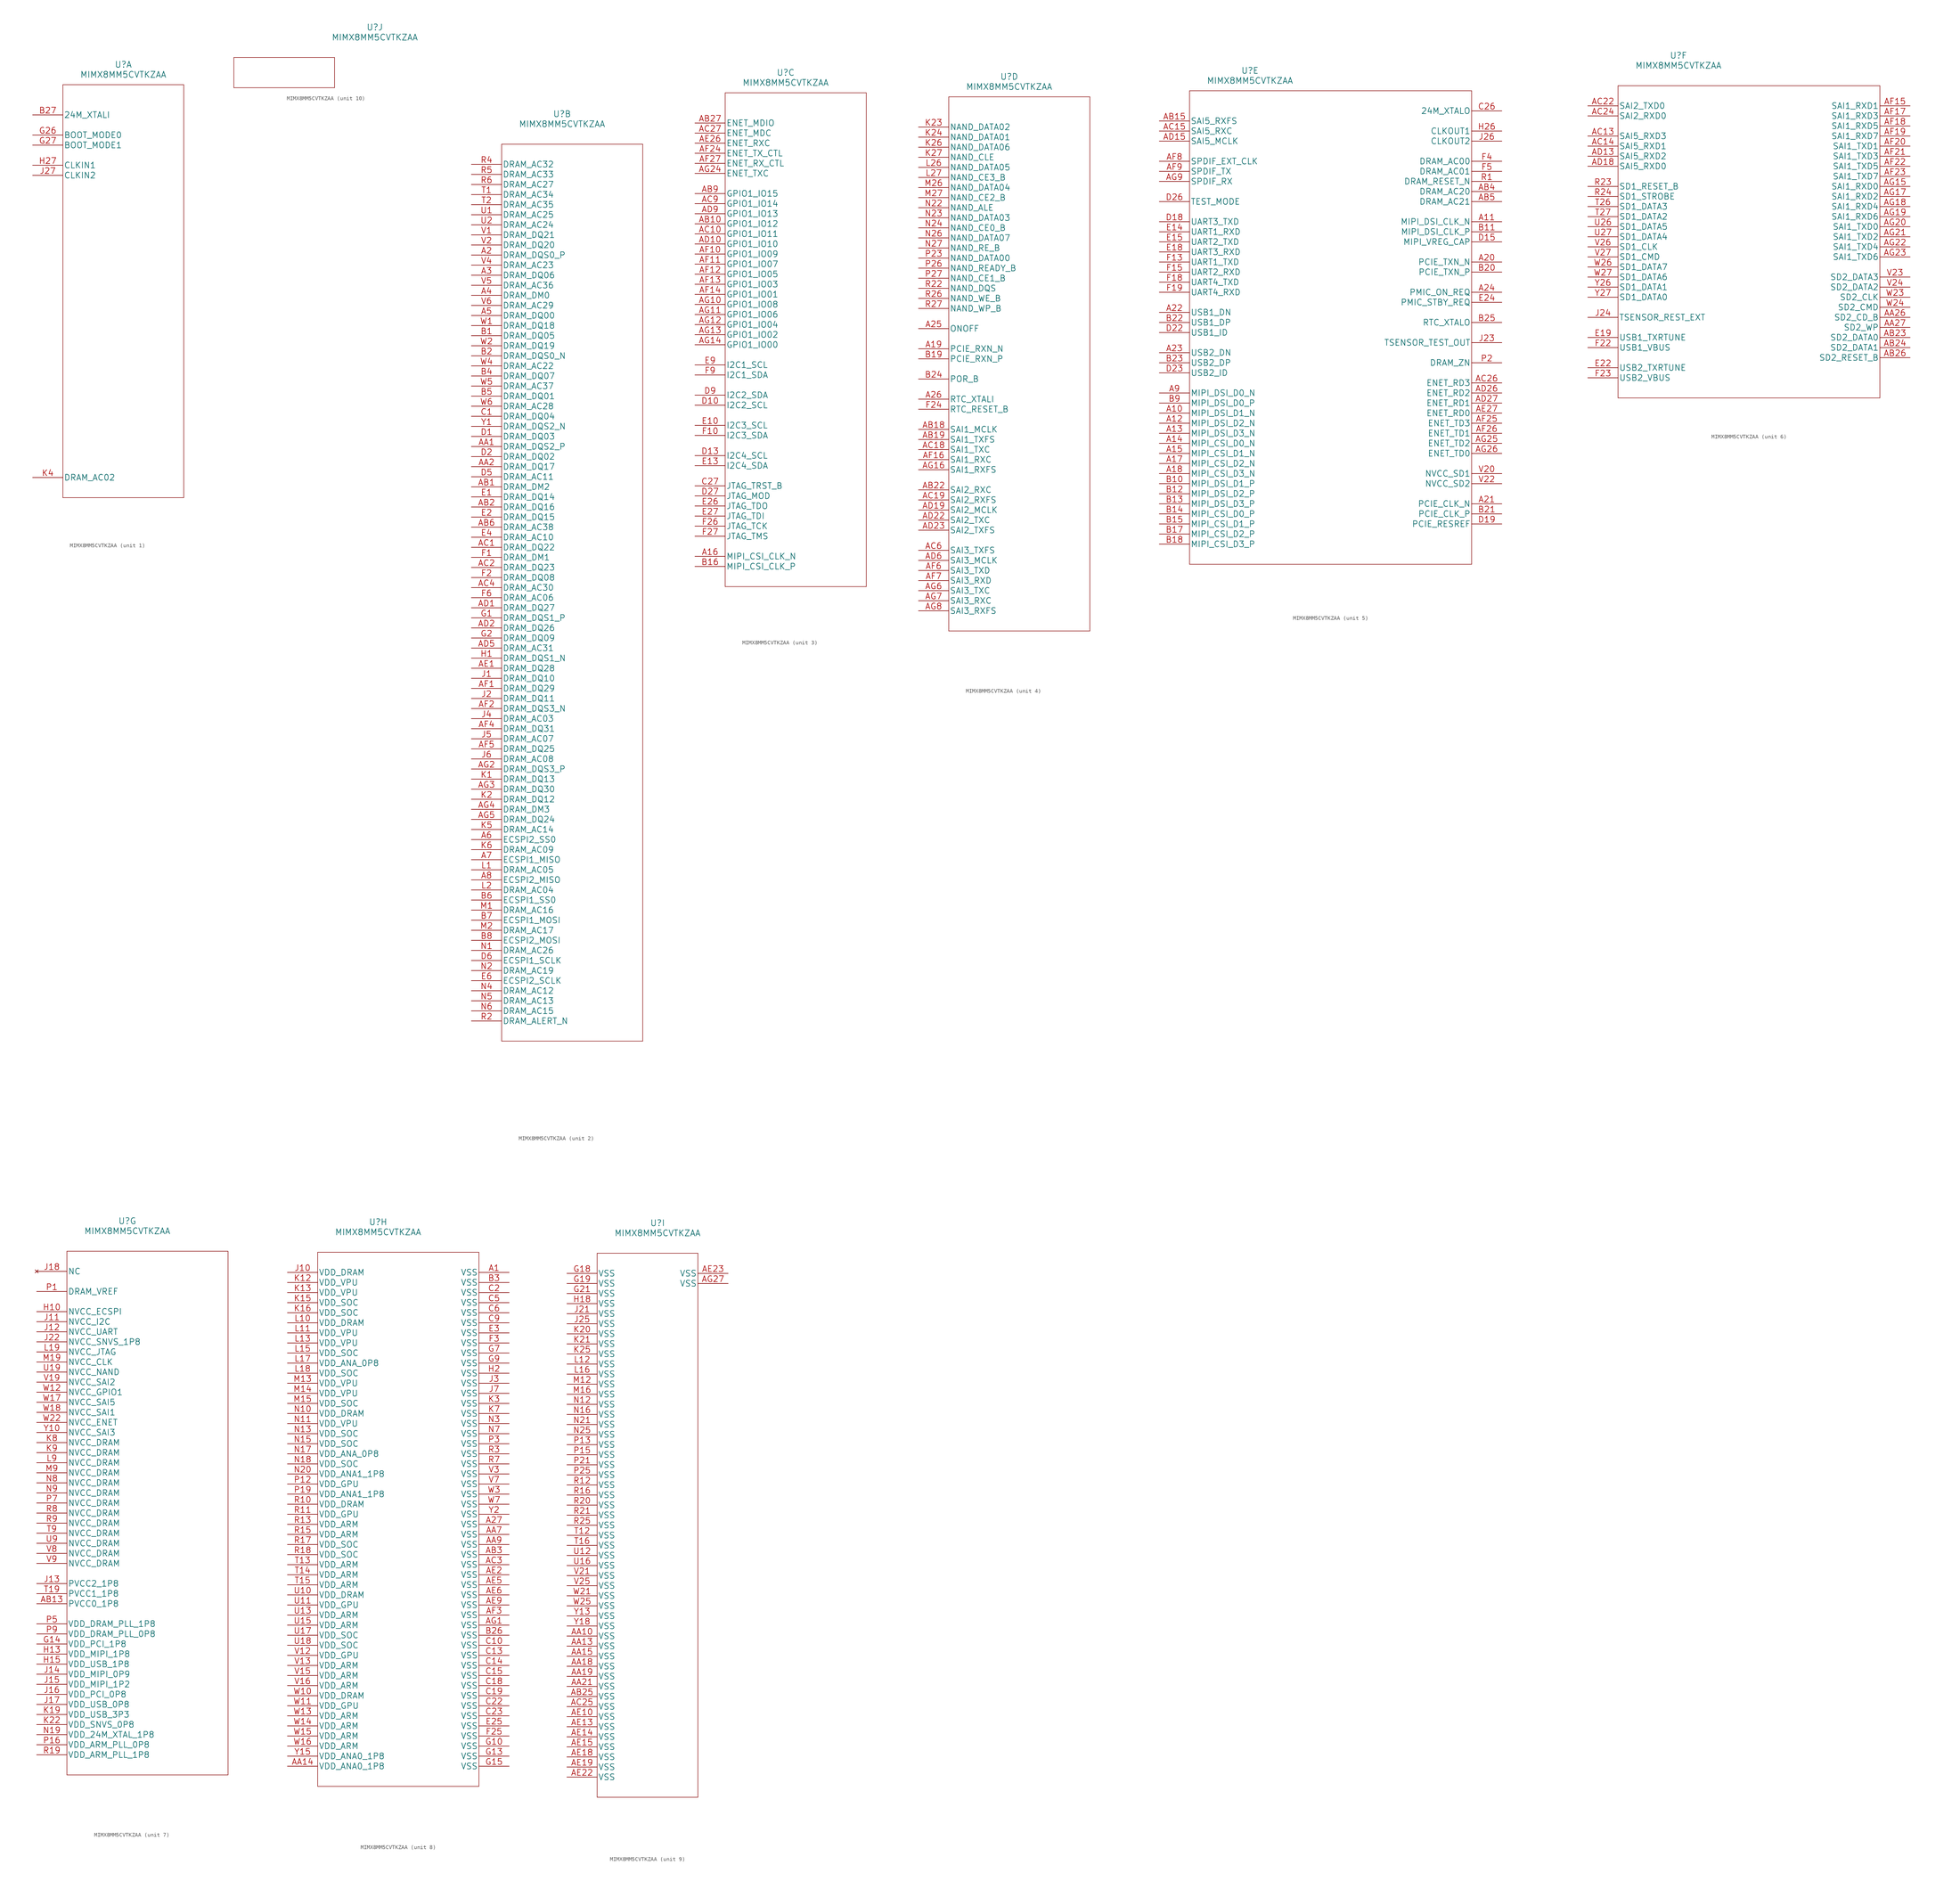
<source format=kicad_sym>
(kicad_symbol_lib
  (version 20220914)
  (generator kicad_symbol_editor)
  (symbol "MIMX8MM5CVTKZAA"
    (pin_names
      (offset 0.254))
    (property "Reference" "U"
      (at 22.86 12.7 0)
      (effects (font (size 1.524 1.524))))
    (property "Value" "MIMX8MM5CVTKZAA"
      (at 22.86 10.16 0)
      (effects (font (size 1.524 1.524))))
    (property "Datasheet" ""
      (at 0 0 0)
      (effects (font (size 1.524 1.524))))
    (symbol "MIMX8MM5CVTKZAA_1_1"
      (polyline (pts (xy 7.62 -96.52) (xy 38.1 -96.52)) (stroke (width 0.127) (type solid)) (fill (type none)))
      (polyline (pts (xy 7.62 7.62) (xy 7.62 -96.52)) (stroke (width 0.127) (type solid)) (fill (type none)))
      (polyline (pts (xy 38.1 -96.52) (xy 38.1 7.62)) (stroke (width 0.127) (type solid)) (fill (type none)))
      (polyline (pts (xy 38.1 7.62) (xy 7.62 7.62)) (stroke (width 0.127) (type solid)) (fill (type none)))
      (pin input line (at 0 0 0) (length 7.62) (name "24M_XTALI" (effects (font (size 1.499 1.499)))) (number "B27" (effects (font (size 1.499 1.499)))))
      (pin input line (at 0 -5.08 0) (length 7.62) (name "BOOT_MODE0" (effects (font (size 1.499 1.499)))) (number "G26" (effects (font (size 1.499 1.499)))))
      (pin input line (at 0 -7.62 0) (length 7.62) (name "BOOT_MODE1" (effects (font (size 1.499 1.499)))) (number "G27" (effects (font (size 1.499 1.499)))))
      (pin input line (at 0 -12.7 0) (length 7.62) (name "CLKIN1" (effects (font (size 1.499 1.499)))) (number "H27" (effects (font (size 1.499 1.499)))))
      (pin input line (at 0 -15.24 0) (length 7.62) (name "CLKIN2" (effects (font (size 1.499 1.499)))) (number "J27" (effects (font (size 1.499 1.499)))))
      (pin input line (at 0 -91.44 0) (length 7.62) (name "DRAM_AC02" (effects (font (size 1.499 1.499)))) (number "K4" (effects (font (size 1.499 1.499))))))
    (symbol "MIMX8MM5CVTKZAA_2_1"
      (polyline (pts (xy 7.62 -220.98) (xy 43.18 -220.98)) (stroke (width 0.127) (type solid)) (fill (type none)))
      (polyline (pts (xy 7.62 5.08) (xy 7.62 -220.98)) (stroke (width 0.127) (type solid)) (fill (type none)))
      (polyline (pts (xy 43.18 -220.98) (xy 43.18 5.08)) (stroke (width 0.127) (type solid)) (fill (type none)))
      (polyline (pts (xy 43.18 5.08) (xy 7.62 5.08)) (stroke (width 0.127) (type solid)) (fill (type none)))
      (pin input line (at 0 -22.86 0) (length 7.62) (name "DRAM_DQS0_P" (effects (font (size 1.499 1.499)))) (number "A2" (effects (font (size 1.499 1.499)))))
      (pin input line (at 0 -27.94 0) (length 7.62) (name "DRAM_DQ06" (effects (font (size 1.499 1.499)))) (number "A3" (effects (font (size 1.499 1.499)))))
      (pin input line (at 0 -33.02 0) (length 7.62) (name "DRAM_DM0" (effects (font (size 1.499 1.499)))) (number "A4" (effects (font (size 1.499 1.499)))))
      (pin input line (at 0 -38.1 0) (length 7.62) (name "DRAM_DQ00" (effects (font (size 1.499 1.499)))) (number "A5" (effects (font (size 1.499 1.499)))))
      (pin input line (at 0 -170.18 0) (length 7.62) (name "ECSPI2_SS0" (effects (font (size 1.499 1.499)))) (number "A6" (effects (font (size 1.499 1.499)))))
      (pin input line (at 0 -175.26 0) (length 7.62) (name "ECSPI1_MISO" (effects (font (size 1.499 1.499)))) (number "A7" (effects (font (size 1.499 1.499)))))
      (pin input line (at 0 -180.34 0) (length 7.62) (name "ECSPI2_MISO" (effects (font (size 1.499 1.499)))) (number "A8" (effects (font (size 1.499 1.499)))))
      (pin input line (at 0 -71.12 0) (length 7.62) (name "DRAM_DQS2_P" (effects (font (size 1.499 1.499)))) (number "AA1" (effects (font (size 1.499 1.499)))))
      (pin input line (at 0 -76.2 0) (length 7.62) (name "DRAM_DQ17" (effects (font (size 1.499 1.499)))) (number "AA2" (effects (font (size 1.499 1.499)))))
      (pin input line (at 0 -81.28 0) (length 7.62) (name "DRAM_DM2" (effects (font (size 1.499 1.499)))) (number "AB1" (effects (font (size 1.499 1.499)))))
      (pin input line (at 0 -86.36 0) (length 7.62) (name "DRAM_DQ16" (effects (font (size 1.499 1.499)))) (number "AB2" (effects (font (size 1.499 1.499)))))
      (pin input line (at 0 -91.44 0) (length 7.62) (name "DRAM_AC38" (effects (font (size 1.499 1.499)))) (number "AB6" (effects (font (size 1.499 1.499)))))
      (pin input line (at 0 -96.52 0) (length 7.62) (name "DRAM_DQ22" (effects (font (size 1.499 1.499)))) (number "AC1" (effects (font (size 1.499 1.499)))))
      (pin input line (at 0 -101.6 0) (length 7.62) (name "DRAM_DQ23" (effects (font (size 1.499 1.499)))) (number "AC2" (effects (font (size 1.499 1.499)))))
      (pin input line (at 0 -106.68 0) (length 7.62) (name "DRAM_AC30" (effects (font (size 1.499 1.499)))) (number "AC4" (effects (font (size 1.499 1.499)))))
      (pin input line (at 0 -111.76 0) (length 7.62) (name "DRAM_DQ27" (effects (font (size 1.499 1.499)))) (number "AD1" (effects (font (size 1.499 1.499)))))
      (pin input line (at 0 -116.84 0) (length 7.62) (name "DRAM_DQ26" (effects (font (size 1.499 1.499)))) (number "AD2" (effects (font (size 1.499 1.499)))))
      (pin input line (at 0 -121.92 0) (length 7.62) (name "DRAM_AC31" (effects (font (size 1.499 1.499)))) (number "AD5" (effects (font (size 1.499 1.499)))))
      (pin input line (at 0 -127 0) (length 7.62) (name "DRAM_DQ28" (effects (font (size 1.499 1.499)))) (number "AE1" (effects (font (size 1.499 1.499)))))
      (pin input line (at 0 -132.08 0) (length 7.62) (name "DRAM_DQ29" (effects (font (size 1.499 1.499)))) (number "AF1" (effects (font (size 1.499 1.499)))))
      (pin input line (at 0 -137.16 0) (length 7.62) (name "DRAM_DQS3_N" (effects (font (size 1.499 1.499)))) (number "AF2" (effects (font (size 1.499 1.499)))))
      (pin input line (at 0 -142.24 0) (length 7.62) (name "DRAM_DQ31" (effects (font (size 1.499 1.499)))) (number "AF4" (effects (font (size 1.499 1.499)))))
      (pin input line (at 0 -147.32 0) (length 7.62) (name "DRAM_DQ25" (effects (font (size 1.499 1.499)))) (number "AF5" (effects (font (size 1.499 1.499)))))
      (pin input line (at 0 -152.4 0) (length 7.62) (name "DRAM_DQS3_P" (effects (font (size 1.499 1.499)))) (number "AG2" (effects (font (size 1.499 1.499)))))
      (pin input line (at 0 -157.48 0) (length 7.62) (name "DRAM_DQ30" (effects (font (size 1.499 1.499)))) (number "AG3" (effects (font (size 1.499 1.499)))))
      (pin input line (at 0 -162.56 0) (length 7.62) (name "DRAM_DM3" (effects (font (size 1.499 1.499)))) (number "AG4" (effects (font (size 1.499 1.499)))))
      (pin input line (at 0 -165.1 0) (length 7.62) (name "DRAM_DQ24" (effects (font (size 1.499 1.499)))) (number "AG5" (effects (font (size 1.499 1.499)))))
      (pin input line (at 0 -43.18 0) (length 7.62) (name "DRAM_DQ05" (effects (font (size 1.499 1.499)))) (number "B1" (effects (font (size 1.499 1.499)))))
      (pin input line (at 0 -48.26 0) (length 7.62) (name "DRAM_DQS0_N" (effects (font (size 1.499 1.499)))) (number "B2" (effects (font (size 1.499 1.499)))))
      (pin input line (at 0 -53.34 0) (length 7.62) (name "DRAM_DQ07" (effects (font (size 1.499 1.499)))) (number "B4" (effects (font (size 1.499 1.499)))))
      (pin input line (at 0 -58.42 0) (length 7.62) (name "DRAM_DQ01" (effects (font (size 1.499 1.499)))) (number "B5" (effects (font (size 1.499 1.499)))))
      (pin input line (at 0 -185.42 0) (length 7.62) (name "ECSPI1_SS0" (effects (font (size 1.499 1.499)))) (number "B6" (effects (font (size 1.499 1.499)))))
      (pin input line (at 0 -190.5 0) (length 7.62) (name "ECSPI1_MOSI" (effects (font (size 1.499 1.499)))) (number "B7" (effects (font (size 1.499 1.499)))))
      (pin input line (at 0 -195.58 0) (length 7.62) (name "ECSPI2_MOSI" (effects (font (size 1.499 1.499)))) (number "B8" (effects (font (size 1.499 1.499)))))
      (pin input line (at 0 -63.5 0) (length 7.62) (name "DRAM_DQ04" (effects (font (size 1.499 1.499)))) (number "C1" (effects (font (size 1.499 1.499)))))
      (pin input line (at 0 -68.58 0) (length 7.62) (name "DRAM_DQ03" (effects (font (size 1.499 1.499)))) (number "D1" (effects (font (size 1.499 1.499)))))
      (pin input line (at 0 -73.66 0) (length 7.62) (name "DRAM_DQ02" (effects (font (size 1.499 1.499)))) (number "D2" (effects (font (size 1.499 1.499)))))
      (pin input line (at 0 -78.74 0) (length 7.62) (name "DRAM_AC11" (effects (font (size 1.499 1.499)))) (number "D5" (effects (font (size 1.499 1.499)))))
      (pin input line (at 0 -200.66 0) (length 7.62) (name "ECSPI1_SCLK" (effects (font (size 1.499 1.499)))) (number "D6" (effects (font (size 1.499 1.499)))))
      (pin input line (at 0 -83.82 0) (length 7.62) (name "DRAM_DQ14" (effects (font (size 1.499 1.499)))) (number "E1" (effects (font (size 1.499 1.499)))))
      (pin input line (at 0 -88.9 0) (length 7.62) (name "DRAM_DQ15" (effects (font (size 1.499 1.499)))) (number "E2" (effects (font (size 1.499 1.499)))))
      (pin input line (at 0 -93.98 0) (length 7.62) (name "DRAM_AC10" (effects (font (size 1.499 1.499)))) (number "E4" (effects (font (size 1.499 1.499)))))
      (pin input line (at 0 -205.74 0) (length 7.62) (name "ECSPI2_SCLK" (effects (font (size 1.499 1.499)))) (number "E6" (effects (font (size 1.499 1.499)))))
      (pin input line (at 0 -99.06 0) (length 7.62) (name "DRAM_DM1" (effects (font (size 1.499 1.499)))) (number "F1" (effects (font (size 1.499 1.499)))))
      (pin input line (at 0 -104.14 0) (length 7.62) (name "DRAM_DQ08" (effects (font (size 1.499 1.499)))) (number "F2" (effects (font (size 1.499 1.499)))))
      (pin input line (at 0 -109.22 0) (length 7.62) (name "DRAM_AC06" (effects (font (size 1.499 1.499)))) (number "F6" (effects (font (size 1.499 1.499)))))
      (pin input line (at 0 -114.3 0) (length 7.62) (name "DRAM_DQS1_P" (effects (font (size 1.499 1.499)))) (number "G1" (effects (font (size 1.499 1.499)))))
      (pin input line (at 0 -119.38 0) (length 7.62) (name "DRAM_DQ09" (effects (font (size 1.499 1.499)))) (number "G2" (effects (font (size 1.499 1.499)))))
      (pin input line (at 0 -124.46 0) (length 7.62) (name "DRAM_DQS1_N" (effects (font (size 1.499 1.499)))) (number "H1" (effects (font (size 1.499 1.499)))))
      (pin input line (at 0 -129.54 0) (length 7.62) (name "DRAM_DQ10" (effects (font (size 1.499 1.499)))) (number "J1" (effects (font (size 1.499 1.499)))))
      (pin input line (at 0 -134.62 0) (length 7.62) (name "DRAM_DQ11" (effects (font (size 1.499 1.499)))) (number "J2" (effects (font (size 1.499 1.499)))))
      (pin input line (at 0 -139.7 0) (length 7.62) (name "DRAM_AC03" (effects (font (size 1.499 1.499)))) (number "J4" (effects (font (size 1.499 1.499)))))
      (pin input line (at 0 -144.78 0) (length 7.62) (name "DRAM_AC07" (effects (font (size 1.499 1.499)))) (number "J5" (effects (font (size 1.499 1.499)))))
      (pin input line (at 0 -149.86 0) (length 7.62) (name "DRAM_AC08" (effects (font (size 1.499 1.499)))) (number "J6" (effects (font (size 1.499 1.499)))))
      (pin input line (at 0 -154.94 0) (length 7.62) (name "DRAM_DQ13" (effects (font (size 1.499 1.499)))) (number "K1" (effects (font (size 1.499 1.499)))))
      (pin input line (at 0 -160.02 0) (length 7.62) (name "DRAM_DQ12" (effects (font (size 1.499 1.499)))) (number "K2" (effects (font (size 1.499 1.499)))))
      (pin input line (at 0 -167.64 0) (length 7.62) (name "DRAM_AC14" (effects (font (size 1.499 1.499)))) (number "K5" (effects (font (size 1.499 1.499)))))
      (pin input line (at 0 -172.72 0) (length 7.62) (name "DRAM_AC09" (effects (font (size 1.499 1.499)))) (number "K6" (effects (font (size 1.499 1.499)))))
      (pin input line (at 0 -177.8 0) (length 7.62) (name "DRAM_AC05" (effects (font (size 1.499 1.499)))) (number "L1" (effects (font (size 1.499 1.499)))))
      (pin input line (at 0 -182.88 0) (length 7.62) (name "DRAM_AC04" (effects (font (size 1.499 1.499)))) (number "L2" (effects (font (size 1.499 1.499)))))
      (pin input line (at 0 -187.96 0) (length 7.62) (name "DRAM_AC16" (effects (font (size 1.499 1.499)))) (number "M1" (effects (font (size 1.499 1.499)))))
      (pin input line (at 0 -193.04 0) (length 7.62) (name "DRAM_AC17" (effects (font (size 1.499 1.499)))) (number "M2" (effects (font (size 1.499 1.499)))))
      (pin input line (at 0 -198.12 0) (length 7.62) (name "DRAM_AC26" (effects (font (size 1.499 1.499)))) (number "N1" (effects (font (size 1.499 1.499)))))
      (pin input line (at 0 -203.2 0) (length 7.62) (name "DRAM_AC19" (effects (font (size 1.499 1.499)))) (number "N2" (effects (font (size 1.499 1.499)))))
      (pin input line (at 0 -208.28 0) (length 7.62) (name "DRAM_AC12" (effects (font (size 1.499 1.499)))) (number "N4" (effects (font (size 1.499 1.499)))))
      (pin input line (at 0 -210.82 0) (length 7.62) (name "DRAM_AC13" (effects (font (size 1.499 1.499)))) (number "N5" (effects (font (size 1.499 1.499)))))
      (pin input line (at 0 -213.36 0) (length 7.62) (name "DRAM_AC15" (effects (font (size 1.499 1.499)))) (number "N6" (effects (font (size 1.499 1.499)))))
      (pin input line (at 0 -215.9 0) (length 7.62) (name "DRAM_ALERT_N" (effects (font (size 1.499 1.499)))) (number "R2" (effects (font (size 1.499 1.499)))))
      (pin input line (at 0 0 0) (length 7.62) (name "DRAM_AC32" (effects (font (size 1.499 1.499)))) (number "R4" (effects (font (size 1.499 1.499)))))
      (pin input line (at 0 -2.54 0) (length 7.62) (name "DRAM_AC33" (effects (font (size 1.499 1.499)))) (number "R5" (effects (font (size 1.499 1.499)))))
      (pin input line (at 0 -5.08 0) (length 7.62) (name "DRAM_AC27" (effects (font (size 1.499 1.499)))) (number "R6" (effects (font (size 1.499 1.499)))))
      (pin input line (at 0 -7.62 0) (length 7.62) (name "DRAM_AC34" (effects (font (size 1.499 1.499)))) (number "T1" (effects (font (size 1.499 1.499)))))
      (pin input line (at 0 -10.16 0) (length 7.62) (name "DRAM_AC35" (effects (font (size 1.499 1.499)))) (number "T2" (effects (font (size 1.499 1.499)))))
      (pin input line (at 0 -12.7 0) (length 7.62) (name "DRAM_AC25" (effects (font (size 1.499 1.499)))) (number "U1" (effects (font (size 1.499 1.499)))))
      (pin input line (at 0 -15.24 0) (length 7.62) (name "DRAM_AC24" (effects (font (size 1.499 1.499)))) (number "U2" (effects (font (size 1.499 1.499)))))
      (pin input line (at 0 -17.78 0) (length 7.62) (name "DRAM_DQ21" (effects (font (size 1.499 1.499)))) (number "V1" (effects (font (size 1.499 1.499)))))
      (pin input line (at 0 -20.32 0) (length 7.62) (name "DRAM_DQ20" (effects (font (size 1.499 1.499)))) (number "V2" (effects (font (size 1.499 1.499)))))
      (pin input line (at 0 -25.4 0) (length 7.62) (name "DRAM_AC23" (effects (font (size 1.499 1.499)))) (number "V4" (effects (font (size 1.499 1.499)))))
      (pin input line (at 0 -30.48 0) (length 7.62) (name "DRAM_AC36" (effects (font (size 1.499 1.499)))) (number "V5" (effects (font (size 1.499 1.499)))))
      (pin input line (at 0 -35.56 0) (length 7.62) (name "DRAM_AC29" (effects (font (size 1.499 1.499)))) (number "V6" (effects (font (size 1.499 1.499)))))
      (pin input line (at 0 -40.64 0) (length 7.62) (name "DRAM_DQ18" (effects (font (size 1.499 1.499)))) (number "W1" (effects (font (size 1.499 1.499)))))
      (pin input line (at 0 -45.72 0) (length 7.62) (name "DRAM_DQ19" (effects (font (size 1.499 1.499)))) (number "W2" (effects (font (size 1.499 1.499)))))
      (pin input line (at 0 -50.8 0) (length 7.62) (name "DRAM_AC22" (effects (font (size 1.499 1.499)))) (number "W4" (effects (font (size 1.499 1.499)))))
      (pin input line (at 0 -55.88 0) (length 7.62) (name "DRAM_AC37" (effects (font (size 1.499 1.499)))) (number "W5" (effects (font (size 1.499 1.499)))))
      (pin input line (at 0 -60.96 0) (length 7.62) (name "DRAM_AC28" (effects (font (size 1.499 1.499)))) (number "W6" (effects (font (size 1.499 1.499)))))
      (pin input line (at 0 -66.04 0) (length 7.62) (name "DRAM_DQS2_N" (effects (font (size 1.499 1.499)))) (number "Y1" (effects (font (size 1.499 1.499))))))
    (symbol "MIMX8MM5CVTKZAA_3_1"
      (polyline (pts (xy 7.62 -116.84) (xy 43.18 -116.84)) (stroke (width 0.127) (type solid)) (fill (type none)))
      (polyline (pts (xy 7.62 7.62) (xy 7.62 -116.84)) (stroke (width 0.127) (type solid)) (fill (type none)))
      (polyline (pts (xy 43.18 -116.84) (xy 43.18 7.62)) (stroke (width 0.127) (type solid)) (fill (type none)))
      (polyline (pts (xy 43.18 7.62) (xy 7.62 7.62)) (stroke (width 0.127) (type solid)) (fill (type none)))
      (pin input line (at 0 -109.22 0) (length 7.62) (name "MIPI_CSI_CLK_N" (effects (font (size 1.499 1.499)))) (number "A16" (effects (font (size 1.499 1.499)))))
      (pin input line (at 0 -25.4 0) (length 7.62) (name "GPIO1_IO12" (effects (font (size 1.499 1.499)))) (number "AB10" (effects (font (size 1.499 1.499)))))
      (pin input line (at 0 0 0) (length 7.62) (name "ENET_MDIO" (effects (font (size 1.499 1.499)))) (number "AB27" (effects (font (size 1.499 1.499)))))
      (pin input line (at 0 -17.78 0) (length 7.62) (name "GPIO1_IO15" (effects (font (size 1.499 1.499)))) (number "AB9" (effects (font (size 1.499 1.499)))))
      (pin input line (at 0 -27.94 0) (length 7.62) (name "GPIO1_IO11" (effects (font (size 1.499 1.499)))) (number "AC10" (effects (font (size 1.499 1.499)))))
      (pin input line (at 0 -2.54 0) (length 7.62) (name "ENET_MDC" (effects (font (size 1.499 1.499)))) (number "AC27" (effects (font (size 1.499 1.499)))))
      (pin input line (at 0 -20.32 0) (length 7.62) (name "GPIO1_IO14" (effects (font (size 1.499 1.499)))) (number "AC9" (effects (font (size 1.499 1.499)))))
      (pin input line (at 0 -30.48 0) (length 7.62) (name "GPIO1_IO10" (effects (font (size 1.499 1.499)))) (number "AD10" (effects (font (size 1.499 1.499)))))
      (pin input line (at 0 -22.86 0) (length 7.62) (name "GPIO1_IO13" (effects (font (size 1.499 1.499)))) (number "AD9" (effects (font (size 1.499 1.499)))))
      (pin input line (at 0 -5.08 0) (length 7.62) (name "ENET_RXC" (effects (font (size 1.499 1.499)))) (number "AE26" (effects (font (size 1.499 1.499)))))
      (pin input line (at 0 -33.02 0) (length 7.62) (name "GPIO1_IO09" (effects (font (size 1.499 1.499)))) (number "AF10" (effects (font (size 1.499 1.499)))))
      (pin input line (at 0 -35.56 0) (length 7.62) (name "GPIO1_IO07" (effects (font (size 1.499 1.499)))) (number "AF11" (effects (font (size 1.499 1.499)))))
      (pin input line (at 0 -38.1 0) (length 7.62) (name "GPIO1_IO05" (effects (font (size 1.499 1.499)))) (number "AF12" (effects (font (size 1.499 1.499)))))
      (pin input line (at 0 -40.64 0) (length 7.62) (name "GPIO1_IO03" (effects (font (size 1.499 1.499)))) (number "AF13" (effects (font (size 1.499 1.499)))))
      (pin input line (at 0 -43.18 0) (length 7.62) (name "GPIO1_IO01" (effects (font (size 1.499 1.499)))) (number "AF14" (effects (font (size 1.499 1.499)))))
      (pin input line (at 0 -7.62 0) (length 7.62) (name "ENET_TX_CTL" (effects (font (size 1.499 1.499)))) (number "AF24" (effects (font (size 1.499 1.499)))))
      (pin input line (at 0 -10.16 0) (length 7.62) (name "ENET_RX_CTL" (effects (font (size 1.499 1.499)))) (number "AF27" (effects (font (size 1.499 1.499)))))
      (pin input line (at 0 -45.72 0) (length 7.62) (name "GPIO1_IO08" (effects (font (size 1.499 1.499)))) (number "AG10" (effects (font (size 1.499 1.499)))))
      (pin input line (at 0 -48.26 0) (length 7.62) (name "GPIO1_IO06" (effects (font (size 1.499 1.499)))) (number "AG11" (effects (font (size 1.499 1.499)))))
      (pin input line (at 0 -50.8 0) (length 7.62) (name "GPIO1_IO04" (effects (font (size 1.499 1.499)))) (number "AG12" (effects (font (size 1.499 1.499)))))
      (pin input line (at 0 -53.34 0) (length 7.62) (name "GPIO1_IO02" (effects (font (size 1.499 1.499)))) (number "AG13" (effects (font (size 1.499 1.499)))))
      (pin input line (at 0 -55.88 0) (length 7.62) (name "GPIO1_IO00" (effects (font (size 1.499 1.499)))) (number "AG14" (effects (font (size 1.499 1.499)))))
      (pin input line (at 0 -12.7 0) (length 7.62) (name "ENET_TXC" (effects (font (size 1.499 1.499)))) (number "AG24" (effects (font (size 1.499 1.499)))))
      (pin input line (at 0 -111.76 0) (length 7.62) (name "MIPI_CSI_CLK_P" (effects (font (size 1.499 1.499)))) (number "B16" (effects (font (size 1.499 1.499)))))
      (pin input line (at 0 -91.44 0) (length 7.62) (name "JTAG_TRST_B" (effects (font (size 1.499 1.499)))) (number "C27" (effects (font (size 1.499 1.499)))))
      (pin input line (at 0 -71.12 0) (length 7.62) (name "I2C2_SCL" (effects (font (size 1.499 1.499)))) (number "D10" (effects (font (size 1.499 1.499)))))
      (pin input line (at 0 -83.82 0) (length 7.62) (name "I2C4_SCL" (effects (font (size 1.499 1.499)))) (number "D13" (effects (font (size 1.499 1.499)))))
      (pin input line (at 0 -93.98 0) (length 7.62) (name "JTAG_MOD" (effects (font (size 1.499 1.499)))) (number "D27" (effects (font (size 1.499 1.499)))))
      (pin input line (at 0 -68.58 0) (length 7.62) (name "I2C2_SDA" (effects (font (size 1.499 1.499)))) (number "D9" (effects (font (size 1.499 1.499)))))
      (pin input line (at 0 -76.2 0) (length 7.62) (name "I2C3_SCL" (effects (font (size 1.499 1.499)))) (number "E10" (effects (font (size 1.499 1.499)))))
      (pin input line (at 0 -86.36 0) (length 7.62) (name "I2C4_SDA" (effects (font (size 1.499 1.499)))) (number "E13" (effects (font (size 1.499 1.499)))))
      (pin input line (at 0 -96.52 0) (length 7.62) (name "JTAG_TDO" (effects (font (size 1.499 1.499)))) (number "E26" (effects (font (size 1.499 1.499)))))
      (pin input line (at 0 -99.06 0) (length 7.62) (name "JTAG_TDI" (effects (font (size 1.499 1.499)))) (number "E27" (effects (font (size 1.499 1.499)))))
      (pin input line (at 0 -60.96 0) (length 7.62) (name "I2C1_SCL" (effects (font (size 1.499 1.499)))) (number "E9" (effects (font (size 1.499 1.499)))))
      (pin input line (at 0 -78.74 0) (length 7.62) (name "I2C3_SDA" (effects (font (size 1.499 1.499)))) (number "F10" (effects (font (size 1.499 1.499)))))
      (pin input line (at 0 -101.6 0) (length 7.62) (name "JTAG_TCK" (effects (font (size 1.499 1.499)))) (number "F26" (effects (font (size 1.499 1.499)))))
      (pin input line (at 0 -104.14 0) (length 7.62) (name "JTAG_TMS" (effects (font (size 1.499 1.499)))) (number "F27" (effects (font (size 1.499 1.499)))))
      (pin input line (at 0 -63.5 0) (length 7.62) (name "I2C1_SDA" (effects (font (size 1.499 1.499)))) (number "F9" (effects (font (size 1.499 1.499))))))
    (symbol "MIMX8MM5CVTKZAA_4_1"
      (polyline (pts (xy 7.62 -127) (xy 43.18 -127)) (stroke (width 0.127) (type solid)) (fill (type none)))
      (polyline (pts (xy 7.62 7.62) (xy 7.62 -127)) (stroke (width 0.127) (type solid)) (fill (type none)))
      (polyline (pts (xy 43.18 -127) (xy 43.18 7.62)) (stroke (width 0.127) (type solid)) (fill (type none)))
      (polyline (pts (xy 43.18 7.62) (xy 7.62 7.62)) (stroke (width 0.127) (type solid)) (fill (type none)))
      (pin input line (at 0 -55.88 0) (length 7.62) (name "PCIE_RXN_N" (effects (font (size 1.499 1.499)))) (number "A19" (effects (font (size 1.499 1.499)))))
      (pin input line (at 0 -50.8 0) (length 7.62) (name "ONOFF" (effects (font (size 1.499 1.499)))) (number "A25" (effects (font (size 1.499 1.499)))))
      (pin input line (at 0 -68.58 0) (length 7.62) (name "RTC_XTALI" (effects (font (size 1.499 1.499)))) (number "A26" (effects (font (size 1.499 1.499)))))
      (pin input line (at 0 -76.2 0) (length 7.62) (name "SAI1_MCLK" (effects (font (size 1.499 1.499)))) (number "AB18" (effects (font (size 1.499 1.499)))))
      (pin input line (at 0 -78.74 0) (length 7.62) (name "SAI1_TXFS" (effects (font (size 1.499 1.499)))) (number "AB19" (effects (font (size 1.499 1.499)))))
      (pin input line (at 0 -91.44 0) (length 7.62) (name "SAI2_RXC" (effects (font (size 1.499 1.499)))) (number "AB22" (effects (font (size 1.499 1.499)))))
      (pin input line (at 0 -81.28 0) (length 7.62) (name "SAI1_TXC" (effects (font (size 1.499 1.499)))) (number "AC18" (effects (font (size 1.499 1.499)))))
      (pin input line (at 0 -93.98 0) (length 7.62) (name "SAI2_RXFS" (effects (font (size 1.499 1.499)))) (number "AC19" (effects (font (size 1.499 1.499)))))
      (pin input line (at 0 -106.68 0) (length 7.62) (name "SAI3_TXFS" (effects (font (size 1.499 1.499)))) (number "AC6" (effects (font (size 1.499 1.499)))))
      (pin input line (at 0 -96.52 0) (length 7.62) (name "SAI2_MCLK" (effects (font (size 1.499 1.499)))) (number "AD19" (effects (font (size 1.499 1.499)))))
      (pin input line (at 0 -99.06 0) (length 7.62) (name "SAI2_TXC" (effects (font (size 1.499 1.499)))) (number "AD22" (effects (font (size 1.499 1.499)))))
      (pin input line (at 0 -101.6 0) (length 7.62) (name "SAI2_TXFS" (effects (font (size 1.499 1.499)))) (number "AD23" (effects (font (size 1.499 1.499)))))
      (pin input line (at 0 -109.22 0) (length 7.62) (name "SAI3_MCLK" (effects (font (size 1.499 1.499)))) (number "AD6" (effects (font (size 1.499 1.499)))))
      (pin input line (at 0 -83.82 0) (length 7.62) (name "SAI1_RXC" (effects (font (size 1.499 1.499)))) (number "AF16" (effects (font (size 1.499 1.499)))))
      (pin input line (at 0 -111.76 0) (length 7.62) (name "SAI3_TXD" (effects (font (size 1.499 1.499)))) (number "AF6" (effects (font (size 1.499 1.499)))))
      (pin input line (at 0 -114.3 0) (length 7.62) (name "SAI3_RXD" (effects (font (size 1.499 1.499)))) (number "AF7" (effects (font (size 1.499 1.499)))))
      (pin input line (at 0 -86.36 0) (length 7.62) (name "SAI1_RXFS" (effects (font (size 1.499 1.499)))) (number "AG16" (effects (font (size 1.499 1.499)))))
      (pin input line (at 0 -116.84 0) (length 7.62) (name "SAI3_TXC" (effects (font (size 1.499 1.499)))) (number "AG6" (effects (font (size 1.499 1.499)))))
      (pin input line (at 0 -119.38 0) (length 7.62) (name "SAI3_RXC" (effects (font (size 1.499 1.499)))) (number "AG7" (effects (font (size 1.499 1.499)))))
      (pin input line (at 0 -121.92 0) (length 7.62) (name "SAI3_RXFS" (effects (font (size 1.499 1.499)))) (number "AG8" (effects (font (size 1.499 1.499)))))
      (pin input line (at 0 -58.42 0) (length 7.62) (name "PCIE_RXN_P" (effects (font (size 1.499 1.499)))) (number "B19" (effects (font (size 1.499 1.499)))))
      (pin input line (at 0 -63.5 0) (length 7.62) (name "POR_B" (effects (font (size 1.499 1.499)))) (number "B24" (effects (font (size 1.499 1.499)))))
      (pin input line (at 0 -71.12 0) (length 7.62) (name "RTC_RESET_B" (effects (font (size 1.499 1.499)))) (number "F24" (effects (font (size 1.499 1.499)))))
      (pin input line (at 0 0 0) (length 7.62) (name "NAND_DATA02" (effects (font (size 1.499 1.499)))) (number "K23" (effects (font (size 1.499 1.499)))))
      (pin input line (at 0 -2.54 0) (length 7.62) (name "NAND_DATA01" (effects (font (size 1.499 1.499)))) (number "K24" (effects (font (size 1.499 1.499)))))
      (pin input line (at 0 -5.08 0) (length 7.62) (name "NAND_DATA06" (effects (font (size 1.499 1.499)))) (number "K26" (effects (font (size 1.499 1.499)))))
      (pin input line (at 0 -7.62 0) (length 7.62) (name "NAND_CLE" (effects (font (size 1.499 1.499)))) (number "K27" (effects (font (size 1.499 1.499)))))
      (pin input line (at 0 -10.16 0) (length 7.62) (name "NAND_DATA05" (effects (font (size 1.499 1.499)))) (number "L26" (effects (font (size 1.499 1.499)))))
      (pin input line (at 0 -12.7 0) (length 7.62) (name "NAND_CE3_B" (effects (font (size 1.499 1.499)))) (number "L27" (effects (font (size 1.499 1.499)))))
      (pin input line (at 0 -15.24 0) (length 7.62) (name "NAND_DATA04" (effects (font (size 1.499 1.499)))) (number "M26" (effects (font (size 1.499 1.499)))))
      (pin input line (at 0 -17.78 0) (length 7.62) (name "NAND_CE2_B" (effects (font (size 1.499 1.499)))) (number "M27" (effects (font (size 1.499 1.499)))))
      (pin input line (at 0 -20.32 0) (length 7.62) (name "NAND_ALE" (effects (font (size 1.499 1.499)))) (number "N22" (effects (font (size 1.499 1.499)))))
      (pin input line (at 0 -22.86 0) (length 7.62) (name "NAND_DATA03" (effects (font (size 1.499 1.499)))) (number "N23" (effects (font (size 1.499 1.499)))))
      (pin input line (at 0 -25.4 0) (length 7.62) (name "NAND_CE0_B" (effects (font (size 1.499 1.499)))) (number "N24" (effects (font (size 1.499 1.499)))))
      (pin input line (at 0 -27.94 0) (length 7.62) (name "NAND_DATA07" (effects (font (size 1.499 1.499)))) (number "N26" (effects (font (size 1.499 1.499)))))
      (pin input line (at 0 -30.48 0) (length 7.62) (name "NAND_RE_B" (effects (font (size 1.499 1.499)))) (number "N27" (effects (font (size 1.499 1.499)))))
      (pin input line (at 0 -33.02 0) (length 7.62) (name "NAND_DATA00" (effects (font (size 1.499 1.499)))) (number "P23" (effects (font (size 1.499 1.499)))))
      (pin input line (at 0 -35.56 0) (length 7.62) (name "NAND_READY_B" (effects (font (size 1.499 1.499)))) (number "P26" (effects (font (size 1.499 1.499)))))
      (pin input line (at 0 -38.1 0) (length 7.62) (name "NAND_CE1_B" (effects (font (size 1.499 1.499)))) (number "P27" (effects (font (size 1.499 1.499)))))
      (pin input line (at 0 -40.64 0) (length 7.62) (name "NAND_DQS" (effects (font (size 1.499 1.499)))) (number "R22" (effects (font (size 1.499 1.499)))))
      (pin input line (at 0 -43.18 0) (length 7.62) (name "NAND_WE_B" (effects (font (size 1.499 1.499)))) (number "R26" (effects (font (size 1.499 1.499)))))
      (pin input line (at 0 -45.72 0) (length 7.62) (name "NAND_WP_B" (effects (font (size 1.499 1.499)))) (number "R27" (effects (font (size 1.499 1.499))))))
    (symbol "MIMX8MM5CVTKZAA_5_1"
      (polyline (pts (xy 7.62 -111.76) (xy 78.74 -111.76)) (stroke (width 0.127) (type solid)) (fill (type none)))
      (polyline (pts (xy 7.62 7.62) (xy 7.62 -111.76)) (stroke (width 0.127) (type solid)) (fill (type none)))
      (polyline (pts (xy 78.74 -111.76) (xy 78.74 7.62)) (stroke (width 0.127) (type solid)) (fill (type none)))
      (polyline (pts (xy 78.74 7.62) (xy 7.62 7.62)) (stroke (width 0.127) (type solid)) (fill (type none)))
      (pin output line (at 0 -73.66 0) (length 7.62) (name "MIPI_DSI_D1_N" (effects (font (size 1.499 1.499)))) (number "A10" (effects (font (size 1.499 1.499)))))
      (pin output line (at 86.36 -25.4 180) (length 7.62) (name "MIPI_DSI_CLK_N" (effects (font (size 1.499 1.499)))) (number "A11" (effects (font (size 1.499 1.499)))))
      (pin output line (at 0 -76.2 0) (length 7.62) (name "MIPI_DSI_D2_N" (effects (font (size 1.499 1.499)))) (number "A12" (effects (font (size 1.499 1.499)))))
      (pin output line (at 0 -78.74 0) (length 7.62) (name "MIPI_DSI_D3_N" (effects (font (size 1.499 1.499)))) (number "A13" (effects (font (size 1.499 1.499)))))
      (pin input line (at 0 -81.28 0) (length 7.62) (name "MIPI_CSI_D0_N" (effects (font (size 1.499 1.499)))) (number "A14" (effects (font (size 1.499 1.499)))))
      (pin input line (at 0 -83.82 0) (length 7.62) (name "MIPI_CSI_D1_N" (effects (font (size 1.499 1.499)))) (number "A15" (effects (font (size 1.499 1.499)))))
      (pin input line (at 0 -86.36 0) (length 7.62) (name "MIPI_CSI_D2_N" (effects (font (size 1.499 1.499)))) (number "A17" (effects (font (size 1.499 1.499)))))
      (pin input line (at 0 -88.9 0) (length 7.62) (name "MIPI_CSI_D3_N" (effects (font (size 1.499 1.499)))) (number "A18" (effects (font (size 1.499 1.499)))))
      (pin output line (at 86.36 -35.56 180) (length 7.62) (name "PCIE_TXN_N" (effects (font (size 1.499 1.499)))) (number "A20" (effects (font (size 1.499 1.499)))))
      (pin unspecified line (at 86.36 -96.52 180) (length 7.62) (name "PCIE_CLK_N" (effects (font (size 1.499 1.499)))) (number "A21" (effects (font (size 1.499 1.499)))))
      (pin input line (at 0 -48.26 0) (length 7.62) (name "USB1_DN" (effects (font (size 1.499 1.499)))) (number "A22" (effects (font (size 1.499 1.499)))))
      (pin input line (at 0 -58.42 0) (length 7.62) (name "USB2_DN" (effects (font (size 1.499 1.499)))) (number "A23" (effects (font (size 1.499 1.499)))))
      (pin output line (at 86.36 -43.18 180) (length 7.62) (name "PMIC_ON_REQ" (effects (font (size 1.499 1.499)))) (number "A24" (effects (font (size 1.499 1.499)))))
      (pin output line (at 0 -68.58 0) (length 7.62) (name "MIPI_DSI_D0_N" (effects (font (size 1.499 1.499)))) (number "A9" (effects (font (size 1.499 1.499)))))
      (pin input line (at 0 0 0) (length 7.62) (name "SAI5_RXFS" (effects (font (size 1.499 1.499)))) (number "AB15" (effects (font (size 1.499 1.499)))))
      (pin output line (at 86.36 -17.78 180) (length 7.62) (name "DRAM_AC20" (effects (font (size 1.499 1.499)))) (number "AB4" (effects (font (size 1.499 1.499)))))
      (pin output line (at 86.36 -20.32 180) (length 7.62) (name "DRAM_AC21" (effects (font (size 1.499 1.499)))) (number "AB5" (effects (font (size 1.499 1.499)))))
      (pin input line (at 0 -2.54 0) (length 7.62) (name "SAI5_RXC" (effects (font (size 1.499 1.499)))) (number "AC15" (effects (font (size 1.499 1.499)))))
      (pin input line (at 86.36 -66.04 180) (length 7.62) (name "ENET_RD3" (effects (font (size 1.499 1.499)))) (number "AC26" (effects (font (size 1.499 1.499)))))
      (pin input line (at 0 -5.08 0) (length 7.62) (name "SAI5_MCLK" (effects (font (size 1.499 1.499)))) (number "AD15" (effects (font (size 1.499 1.499)))))
      (pin input line (at 86.36 -68.58 180) (length 7.62) (name "ENET_RD2" (effects (font (size 1.499 1.499)))) (number "AD26" (effects (font (size 1.499 1.499)))))
      (pin input line (at 86.36 -71.12 180) (length 7.62) (name "ENET_RD1" (effects (font (size 1.499 1.499)))) (number "AD27" (effects (font (size 1.499 1.499)))))
      (pin input line (at 86.36 -73.66 180) (length 7.62) (name "ENET_RD0" (effects (font (size 1.499 1.499)))) (number "AE27" (effects (font (size 1.499 1.499)))))
      (pin input line (at 86.36 -76.2 180) (length 7.62) (name "ENET_TD3" (effects (font (size 1.499 1.499)))) (number "AF25" (effects (font (size 1.499 1.499)))))
      (pin input line (at 86.36 -78.74 180) (length 7.62) (name "ENET_TD1" (effects (font (size 1.499 1.499)))) (number "AF26" (effects (font (size 1.499 1.499)))))
      (pin input line (at 0 -10.16 0) (length 7.62) (name "SPDIF_EXT_CLK" (effects (font (size 1.499 1.499)))) (number "AF8" (effects (font (size 1.499 1.499)))))
      (pin input line (at 0 -12.7 0) (length 7.62) (name "SPDIF_TX" (effects (font (size 1.499 1.499)))) (number "AF9" (effects (font (size 1.499 1.499)))))
      (pin input line (at 86.36 -81.28 180) (length 7.62) (name "ENET_TD2" (effects (font (size 1.499 1.499)))) (number "AG25" (effects (font (size 1.499 1.499)))))
      (pin input line (at 86.36 -83.82 180) (length 7.62) (name "ENET_TD0" (effects (font (size 1.499 1.499)))) (number "AG26" (effects (font (size 1.499 1.499)))))
      (pin input line (at 0 -15.24 0) (length 7.62) (name "SPDIF_RX" (effects (font (size 1.499 1.499)))) (number "AG9" (effects (font (size 1.499 1.499)))))
      (pin output line (at 0 -91.44 0) (length 7.62) (name "MIPI_DSI_D1_P" (effects (font (size 1.499 1.499)))) (number "B10" (effects (font (size 1.499 1.499)))))
      (pin output line (at 86.36 -27.94 180) (length 7.62) (name "MIPI_DSI_CLK_P" (effects (font (size 1.499 1.499)))) (number "B11" (effects (font (size 1.499 1.499)))))
      (pin output line (at 0 -93.98 0) (length 7.62) (name "MIPI_DSI_D2_P" (effects (font (size 1.499 1.499)))) (number "B12" (effects (font (size 1.499 1.499)))))
      (pin output line (at 0 -96.52 0) (length 7.62) (name "MIPI_DSI_D3_P" (effects (font (size 1.499 1.499)))) (number "B13" (effects (font (size 1.499 1.499)))))
      (pin input line (at 0 -99.06 0) (length 7.62) (name "MIPI_CSI_D0_P" (effects (font (size 1.499 1.499)))) (number "B14" (effects (font (size 1.499 1.499)))))
      (pin input line (at 0 -101.6 0) (length 7.62) (name "MIPI_CSI_D1_P" (effects (font (size 1.499 1.499)))) (number "B15" (effects (font (size 1.499 1.499)))))
      (pin input line (at 0 -104.14 0) (length 7.62) (name "MIPI_CSI_D2_P" (effects (font (size 1.499 1.499)))) (number "B17" (effects (font (size 1.499 1.499)))))
      (pin input line (at 0 -106.68 0) (length 7.62) (name "MIPI_CSI_D3_P" (effects (font (size 1.499 1.499)))) (number "B18" (effects (font (size 1.499 1.499)))))
      (pin output line (at 86.36 -38.1 180) (length 7.62) (name "PCIE_TXN_P" (effects (font (size 1.499 1.499)))) (number "B20" (effects (font (size 1.499 1.499)))))
      (pin unspecified line (at 86.36 -99.06 180) (length 7.62) (name "PCIE_CLK_P" (effects (font (size 1.499 1.499)))) (number "B21" (effects (font (size 1.499 1.499)))))
      (pin input line (at 0 -50.8 0) (length 7.62) (name "USB1_DP" (effects (font (size 1.499 1.499)))) (number "B22" (effects (font (size 1.499 1.499)))))
      (pin input line (at 0 -60.96 0) (length 7.62) (name "USB2_DP" (effects (font (size 1.499 1.499)))) (number "B23" (effects (font (size 1.499 1.499)))))
      (pin output line (at 86.36 -50.8 180) (length 7.62) (name "RTC_XTALO" (effects (font (size 1.499 1.499)))) (number "B25" (effects (font (size 1.499 1.499)))))
      (pin output line (at 0 -71.12 0) (length 7.62) (name "MIPI_DSI_D0_P" (effects (font (size 1.499 1.499)))) (number "B9" (effects (font (size 1.499 1.499)))))
      (pin output line (at 86.36 2.54 180) (length 7.62) (name "24M_XTALO" (effects (font (size 1.499 1.499)))) (number "C26" (effects (font (size 1.499 1.499)))))
      (pin output line (at 86.36 -30.48 180) (length 7.62) (name "MIPI_VREG_CAP" (effects (font (size 1.499 1.499)))) (number "D15" (effects (font (size 1.499 1.499)))))
      (pin input line (at 0 -25.4 0) (length 7.62) (name "UART3_TXD" (effects (font (size 1.499 1.499)))) (number "D18" (effects (font (size 1.499 1.499)))))
      (pin unspecified line (at 86.36 -101.6 180) (length 7.62) (name "PCIE_RESREF" (effects (font (size 1.499 1.499)))) (number "D19" (effects (font (size 1.499 1.499)))))
      (pin input line (at 0 -53.34 0) (length 7.62) (name "USB1_ID" (effects (font (size 1.499 1.499)))) (number "D22" (effects (font (size 1.499 1.499)))))
      (pin input line (at 0 -63.5 0) (length 7.62) (name "USB2_ID" (effects (font (size 1.499 1.499)))) (number "D23" (effects (font (size 1.499 1.499)))))
      (pin input line (at 0 -20.32 0) (length 7.62) (name "TEST_MODE" (effects (font (size 1.499 1.499)))) (number "D26" (effects (font (size 1.499 1.499)))))
      (pin input line (at 0 -27.94 0) (length 7.62) (name "UART1_RXD" (effects (font (size 1.499 1.499)))) (number "E14" (effects (font (size 1.499 1.499)))))
      (pin input line (at 0 -30.48 0) (length 7.62) (name "UART2_TXD" (effects (font (size 1.499 1.499)))) (number "E15" (effects (font (size 1.499 1.499)))))
      (pin input line (at 0 -33.02 0) (length 7.62) (name "UART3_RXD" (effects (font (size 1.499 1.499)))) (number "E18" (effects (font (size 1.499 1.499)))))
      (pin output line (at 86.36 -45.72 180) (length 7.62) (name "PMIC_STBY_REQ" (effects (font (size 1.499 1.499)))) (number "E24" (effects (font (size 1.499 1.499)))))
      (pin input line (at 0 -35.56 0) (length 7.62) (name "UART1_TXD" (effects (font (size 1.499 1.499)))) (number "F13" (effects (font (size 1.499 1.499)))))
      (pin input line (at 0 -38.1 0) (length 7.62) (name "UART2_RXD" (effects (font (size 1.499 1.499)))) (number "F15" (effects (font (size 1.499 1.499)))))
      (pin input line (at 0 -40.64 0) (length 7.62) (name "UART4_TXD" (effects (font (size 1.499 1.499)))) (number "F18" (effects (font (size 1.499 1.499)))))
      (pin input line (at 0 -43.18 0) (length 7.62) (name "UART4_RXD" (effects (font (size 1.499 1.499)))) (number "F19" (effects (font (size 1.499 1.499)))))
      (pin output line (at 86.36 -10.16 180) (length 7.62) (name "DRAM_AC00" (effects (font (size 1.499 1.499)))) (number "F4" (effects (font (size 1.499 1.499)))))
      (pin output line (at 86.36 -12.7 180) (length 7.62) (name "DRAM_AC01" (effects (font (size 1.499 1.499)))) (number "F5" (effects (font (size 1.499 1.499)))))
      (pin output line (at 86.36 -2.54 180) (length 7.62) (name "CLKOUT1" (effects (font (size 1.499 1.499)))) (number "H26" (effects (font (size 1.499 1.499)))))
      (pin output line (at 86.36 -55.88 180) (length 7.62) (name "TSENSOR_TEST_OUT" (effects (font (size 1.499 1.499)))) (number "J23" (effects (font (size 1.499 1.499)))))
      (pin output line (at 86.36 -5.08 180) (length 7.62) (name "CLKOUT2" (effects (font (size 1.499 1.499)))) (number "J26" (effects (font (size 1.499 1.499)))))
      (pin unspecified line (at 86.36 -60.96 180) (length 7.62) (name "DRAM_ZN" (effects (font (size 1.499 1.499)))) (number "P2" (effects (font (size 1.499 1.499)))))
      (pin output line (at 86.36 -15.24 180) (length 7.62) (name "DRAM_RESET_N" (effects (font (size 1.499 1.499)))) (number "R1" (effects (font (size 1.499 1.499)))))
      (pin power_in line (at 86.36 -88.9 180) (length 7.62) (name "NVCC_SD1" (effects (font (size 1.499 1.499)))) (number "V20" (effects (font (size 1.499 1.499)))))
      (pin power_in line (at 86.36 -91.44 180) (length 7.62) (name "NVCC_SD2" (effects (font (size 1.499 1.499)))) (number "V22" (effects (font (size 1.499 1.499))))))
    (symbol "MIMX8MM5CVTKZAA_6_1"
      (polyline (pts (xy 7.62 -73.66) (xy 73.66 -73.66)) (stroke (width 0.127) (type solid)) (fill (type none)))
      (polyline (pts (xy 7.62 5.08) (xy 7.62 -73.66)) (stroke (width 0.127) (type solid)) (fill (type none)))
      (polyline (pts (xy 73.66 -73.66) (xy 73.66 5.08)) (stroke (width 0.127) (type solid)) (fill (type none)))
      (polyline (pts (xy 73.66 5.08) (xy 7.62 5.08)) (stroke (width 0.127) (type solid)) (fill (type none)))
      (pin input line (at 81.28 -53.34 180) (length 7.62) (name "SD2_CD_B" (effects (font (size 1.499 1.499)))) (number "AA26" (effects (font (size 1.499 1.499)))))
      (pin input line (at 81.28 -55.88 180) (length 7.62) (name "SD2_WP" (effects (font (size 1.499 1.499)))) (number "AA27" (effects (font (size 1.499 1.499)))))
      (pin input line (at 81.28 -58.42 180) (length 7.62) (name "SD2_DATA0" (effects (font (size 1.499 1.499)))) (number "AB23" (effects (font (size 1.499 1.499)))))
      (pin input line (at 81.28 -60.96 180) (length 7.62) (name "SD2_DATA1" (effects (font (size 1.499 1.499)))) (number "AB24" (effects (font (size 1.499 1.499)))))
      (pin input line (at 81.28 -63.5 180) (length 7.62) (name "SD2_RESET_B" (effects (font (size 1.499 1.499)))) (number "AB26" (effects (font (size 1.499 1.499)))))
      (pin input line (at 0 -7.62 0) (length 7.62) (name "SAI5_RXD3" (effects (font (size 1.499 1.499)))) (number "AC13" (effects (font (size 1.499 1.499)))))
      (pin input line (at 0 -10.16 0) (length 7.62) (name "SAI5_RXD1" (effects (font (size 1.499 1.499)))) (number "AC14" (effects (font (size 1.499 1.499)))))
      (pin input line (at 0 0 0) (length 7.62) (name "SAI2_TXD0" (effects (font (size 1.499 1.499)))) (number "AC22" (effects (font (size 1.499 1.499)))))
      (pin input line (at 0 -2.54 0) (length 7.62) (name "SAI2_RXD0" (effects (font (size 1.499 1.499)))) (number "AC24" (effects (font (size 1.499 1.499)))))
      (pin input line (at 0 -12.7 0) (length 7.62) (name "SAI5_RXD2" (effects (font (size 1.499 1.499)))) (number "AD13" (effects (font (size 1.499 1.499)))))
      (pin input line (at 0 -15.24 0) (length 7.62) (name "SAI5_RXD0" (effects (font (size 1.499 1.499)))) (number "AD18" (effects (font (size 1.499 1.499)))))
      (pin input line (at 81.28 0 180) (length 7.62) (name "SAI1_RXD1" (effects (font (size 1.499 1.499)))) (number "AF15" (effects (font (size 1.499 1.499)))))
      (pin input line (at 81.28 -2.54 180) (length 7.62) (name "SAI1_RXD3" (effects (font (size 1.499 1.499)))) (number "AF17" (effects (font (size 1.499 1.499)))))
      (pin input line (at 81.28 -5.08 180) (length 7.62) (name "SAI1_RXD5" (effects (font (size 1.499 1.499)))) (number "AF18" (effects (font (size 1.499 1.499)))))
      (pin input line (at 81.28 -7.62 180) (length 7.62) (name "SAI1_RXD7" (effects (font (size 1.499 1.499)))) (number "AF19" (effects (font (size 1.499 1.499)))))
      (pin input line (at 81.28 -10.16 180) (length 7.62) (name "SAI1_TXD1" (effects (font (size 1.499 1.499)))) (number "AF20" (effects (font (size 1.499 1.499)))))
      (pin input line (at 81.28 -12.7 180) (length 7.62) (name "SAI1_TXD3" (effects (font (size 1.499 1.499)))) (number "AF21" (effects (font (size 1.499 1.499)))))
      (pin input line (at 81.28 -15.24 180) (length 7.62) (name "SAI1_TXD5" (effects (font (size 1.499 1.499)))) (number "AF22" (effects (font (size 1.499 1.499)))))
      (pin input line (at 81.28 -17.78 180) (length 7.62) (name "SAI1_TXD7" (effects (font (size 1.499 1.499)))) (number "AF23" (effects (font (size 1.499 1.499)))))
      (pin input line (at 81.28 -20.32 180) (length 7.62) (name "SAI1_RXD0" (effects (font (size 1.499 1.499)))) (number "AG15" (effects (font (size 1.499 1.499)))))
      (pin input line (at 81.28 -22.86 180) (length 7.62) (name "SAI1_RXD2" (effects (font (size 1.499 1.499)))) (number "AG17" (effects (font (size 1.499 1.499)))))
      (pin input line (at 81.28 -25.4 180) (length 7.62) (name "SAI1_RXD4" (effects (font (size 1.499 1.499)))) (number "AG18" (effects (font (size 1.499 1.499)))))
      (pin input line (at 81.28 -27.94 180) (length 7.62) (name "SAI1_RXD6" (effects (font (size 1.499 1.499)))) (number "AG19" (effects (font (size 1.499 1.499)))))
      (pin input line (at 81.28 -30.48 180) (length 7.62) (name "SAI1_TXD0" (effects (font (size 1.499 1.499)))) (number "AG20" (effects (font (size 1.499 1.499)))))
      (pin input line (at 81.28 -33.02 180) (length 7.62) (name "SAI1_TXD2" (effects (font (size 1.499 1.499)))) (number "AG21" (effects (font (size 1.499 1.499)))))
      (pin input line (at 81.28 -35.56 180) (length 7.62) (name "SAI1_TXD4" (effects (font (size 1.499 1.499)))) (number "AG22" (effects (font (size 1.499 1.499)))))
      (pin input line (at 81.28 -38.1 180) (length 7.62) (name "SAI1_TXD6" (effects (font (size 1.499 1.499)))) (number "AG23" (effects (font (size 1.499 1.499)))))
      (pin unspecified line (at 0 -58.42 0) (length 7.62) (name "USB1_TXRTUNE" (effects (font (size 1.499 1.499)))) (number "E19" (effects (font (size 1.499 1.499)))))
      (pin unspecified line (at 0 -66.04 0) (length 7.62) (name "USB2_TXRTUNE" (effects (font (size 1.499 1.499)))) (number "E22" (effects (font (size 1.499 1.499)))))
      (pin unspecified line (at 0 -60.96 0) (length 7.62) (name "USB1_VBUS" (effects (font (size 1.499 1.499)))) (number "F22" (effects (font (size 1.499 1.499)))))
      (pin unspecified line (at 0 -68.58 0) (length 7.62) (name "USB2_VBUS" (effects (font (size 1.499 1.499)))) (number "F23" (effects (font (size 1.499 1.499)))))
      (pin unspecified line (at 0 -53.34 0) (length 7.62) (name "TSENSOR_REST_EXT" (effects (font (size 1.499 1.499)))) (number "J24" (effects (font (size 1.499 1.499)))))
      (pin input line (at 0 -20.32 0) (length 7.62) (name "SD1_RESET_B" (effects (font (size 1.499 1.499)))) (number "R23" (effects (font (size 1.499 1.499)))))
      (pin input line (at 0 -22.86 0) (length 7.62) (name "SD1_STROBE" (effects (font (size 1.499 1.499)))) (number "R24" (effects (font (size 1.499 1.499)))))
      (pin input line (at 0 -25.4 0) (length 7.62) (name "SD1_DATA3" (effects (font (size 1.499 1.499)))) (number "T26" (effects (font (size 1.499 1.499)))))
      (pin input line (at 0 -27.94 0) (length 7.62) (name "SD1_DATA2" (effects (font (size 1.499 1.499)))) (number "T27" (effects (font (size 1.499 1.499)))))
      (pin input line (at 0 -30.48 0) (length 7.62) (name "SD1_DATA5" (effects (font (size 1.499 1.499)))) (number "U26" (effects (font (size 1.499 1.499)))))
      (pin input line (at 0 -33.02 0) (length 7.62) (name "SD1_DATA4" (effects (font (size 1.499 1.499)))) (number "U27" (effects (font (size 1.499 1.499)))))
      (pin input line (at 81.28 -43.18 180) (length 7.62) (name "SD2_DATA3" (effects (font (size 1.499 1.499)))) (number "V23" (effects (font (size 1.499 1.499)))))
      (pin input line (at 81.28 -45.72 180) (length 7.62) (name "SD2_DATA2" (effects (font (size 1.499 1.499)))) (number "V24" (effects (font (size 1.499 1.499)))))
      (pin input line (at 0 -35.56 0) (length 7.62) (name "SD1_CLK" (effects (font (size 1.499 1.499)))) (number "V26" (effects (font (size 1.499 1.499)))))
      (pin input line (at 0 -38.1 0) (length 7.62) (name "SD1_CMD" (effects (font (size 1.499 1.499)))) (number "V27" (effects (font (size 1.499 1.499)))))
      (pin input line (at 81.28 -48.26 180) (length 7.62) (name "SD2_CLK" (effects (font (size 1.499 1.499)))) (number "W23" (effects (font (size 1.499 1.499)))))
      (pin input line (at 81.28 -50.8 180) (length 7.62) (name "SD2_CMD" (effects (font (size 1.499 1.499)))) (number "W24" (effects (font (size 1.499 1.499)))))
      (pin input line (at 0 -40.64 0) (length 7.62) (name "SD1_DATA7" (effects (font (size 1.499 1.499)))) (number "W26" (effects (font (size 1.499 1.499)))))
      (pin input line (at 0 -43.18 0) (length 7.62) (name "SD1_DATA6" (effects (font (size 1.499 1.499)))) (number "W27" (effects (font (size 1.499 1.499)))))
      (pin input line (at 0 -45.72 0) (length 7.62) (name "SD1_DATA1" (effects (font (size 1.499 1.499)))) (number "Y26" (effects (font (size 1.499 1.499)))))
      (pin input line (at 0 -48.26 0) (length 7.62) (name "SD1_DATA0" (effects (font (size 1.499 1.499)))) (number "Y27" (effects (font (size 1.499 1.499))))))
    (symbol "MIMX8MM5CVTKZAA_7_1"
      (polyline (pts (xy 7.62 -127) (xy 48.26 -127)) (stroke (width 0.127) (type solid)) (fill (type none)))
      (polyline (pts (xy 7.62 5.08) (xy 7.62 -127)) (stroke (width 0.127) (type solid)) (fill (type none)))
      (polyline (pts (xy 48.26 -127) (xy 48.26 5.08)) (stroke (width 0.127) (type solid)) (fill (type none)))
      (polyline (pts (xy 48.26 5.08) (xy 7.62 5.08)) (stroke (width 0.127) (type solid)) (fill (type none)))
      (pin power_in line (at 0 -83.82 0) (length 7.62) (name "PVCC0_1P8" (effects (font (size 1.499 1.499)))) (number "AB13" (effects (font (size 1.499 1.499)))))
      (pin power_in line (at 0 -93.98 0) (length 7.62) (name "VDD_PCI_1P8" (effects (font (size 1.499 1.499)))) (number "G14" (effects (font (size 1.499 1.499)))))
      (pin power_in line (at 0 -10.16 0) (length 7.62) (name "NVCC_ECSPI" (effects (font (size 1.499 1.499)))) (number "H10" (effects (font (size 1.499 1.499)))))
      (pin power_in line (at 0 -96.52 0) (length 7.62) (name "VDD_MIPI_1P8" (effects (font (size 1.499 1.499)))) (number "H13" (effects (font (size 1.499 1.499)))))
      (pin power_in line (at 0 -99.06 0) (length 7.62) (name "VDD_USB_1P8" (effects (font (size 1.499 1.499)))) (number "H15" (effects (font (size 1.499 1.499)))))
      (pin power_in line (at 0 -12.7 0) (length 7.62) (name "NVCC_I2C" (effects (font (size 1.499 1.499)))) (number "J11" (effects (font (size 1.499 1.499)))))
      (pin power_in line (at 0 -15.24 0) (length 7.62) (name "NVCC_UART" (effects (font (size 1.499 1.499)))) (number "J12" (effects (font (size 1.499 1.499)))))
      (pin power_in line (at 0 -78.74 0) (length 7.62) (name "PVCC2_1P8" (effects (font (size 1.499 1.499)))) (number "J13" (effects (font (size 1.499 1.499)))))
      (pin power_in line (at 0 -101.6 0) (length 7.62) (name "VDD_MIPI_0P9" (effects (font (size 1.499 1.499)))) (number "J14" (effects (font (size 1.499 1.499)))))
      (pin power_in line (at 0 -104.14 0) (length 7.62) (name "VDD_MIPI_1P2" (effects (font (size 1.499 1.499)))) (number "J15" (effects (font (size 1.499 1.499)))))
      (pin power_in line (at 0 -106.68 0) (length 7.62) (name "VDD_PCI_0P8" (effects (font (size 1.499 1.499)))) (number "J16" (effects (font (size 1.499 1.499)))))
      (pin power_in line (at 0 -109.22 0) (length 7.62) (name "VDD_USB_0P8" (effects (font (size 1.499 1.499)))) (number "J17" (effects (font (size 1.499 1.499)))))
      (pin no_connect line (at 0 0 0) (length 7.62) (name "NC" (effects (font (size 1.499 1.499)))) (number "J18" (effects (font (size 1.499 1.499)))))
      (pin power_in line (at 0 -17.78 0) (length 7.62) (name "NVCC_SNVS_1P8" (effects (font (size 1.499 1.499)))) (number "J22" (effects (font (size 1.499 1.499)))))
      (pin power_in line (at 0 -111.76 0) (length 7.62) (name "VDD_USB_3P3" (effects (font (size 1.499 1.499)))) (number "K19" (effects (font (size 1.499 1.499)))))
      (pin power_in line (at 0 -114.3 0) (length 7.62) (name "VDD_SNVS_0P8" (effects (font (size 1.499 1.499)))) (number "K22" (effects (font (size 1.499 1.499)))))
      (pin power_in line (at 0 -43.18 0) (length 7.62) (name "NVCC_DRAM" (effects (font (size 1.499 1.499)))) (number "K8" (effects (font (size 1.499 1.499)))))
      (pin power_in line (at 0 -45.72 0) (length 7.62) (name "NVCC_DRAM" (effects (font (size 1.499 1.499)))) (number "K9" (effects (font (size 1.499 1.499)))))
      (pin power_in line (at 0 -20.32 0) (length 7.62) (name "NVCC_JTAG" (effects (font (size 1.499 1.499)))) (number "L19" (effects (font (size 1.499 1.499)))))
      (pin power_in line (at 0 -48.26 0) (length 7.62) (name "NVCC_DRAM" (effects (font (size 1.499 1.499)))) (number "L9" (effects (font (size 1.499 1.499)))))
      (pin power_in line (at 0 -22.86 0) (length 7.62) (name "NVCC_CLK" (effects (font (size 1.499 1.499)))) (number "M19" (effects (font (size 1.499 1.499)))))
      (pin power_in line (at 0 -50.8 0) (length 7.62) (name "NVCC_DRAM" (effects (font (size 1.499 1.499)))) (number "M9" (effects (font (size 1.499 1.499)))))
      (pin power_in line (at 0 -116.84 0) (length 7.62) (name "VDD_24M_XTAL_1P8" (effects (font (size 1.499 1.499)))) (number "N19" (effects (font (size 1.499 1.499)))))
      (pin power_in line (at 0 -53.34 0) (length 7.62) (name "NVCC_DRAM" (effects (font (size 1.499 1.499)))) (number "N8" (effects (font (size 1.499 1.499)))))
      (pin power_in line (at 0 -55.88 0) (length 7.62) (name "NVCC_DRAM" (effects (font (size 1.499 1.499)))) (number "N9" (effects (font (size 1.499 1.499)))))
      (pin unspecified line (at 0 -5.08 0) (length 7.62) (name "DRAM_VREF" (effects (font (size 1.499 1.499)))) (number "P1" (effects (font (size 1.499 1.499)))))
      (pin power_in line (at 0 -119.38 0) (length 7.62) (name "VDD_ARM_PLL_0P8" (effects (font (size 1.499 1.499)))) (number "P16" (effects (font (size 1.499 1.499)))))
      (pin power_in line (at 0 -88.9 0) (length 7.62) (name "VDD_DRAM_PLL_1P8" (effects (font (size 1.499 1.499)))) (number "P5" (effects (font (size 1.499 1.499)))))
      (pin power_in line (at 0 -58.42 0) (length 7.62) (name "NVCC_DRAM" (effects (font (size 1.499 1.499)))) (number "P7" (effects (font (size 1.499 1.499)))))
      (pin power_in line (at 0 -91.44 0) (length 7.62) (name "VDD_DRAM_PLL_0P8" (effects (font (size 1.499 1.499)))) (number "P9" (effects (font (size 1.499 1.499)))))
      (pin power_in line (at 0 -121.92 0) (length 7.62) (name "VDD_ARM_PLL_1P8" (effects (font (size 1.499 1.499)))) (number "R19" (effects (font (size 1.499 1.499)))))
      (pin power_in line (at 0 -60.96 0) (length 7.62) (name "NVCC_DRAM" (effects (font (size 1.499 1.499)))) (number "R8" (effects (font (size 1.499 1.499)))))
      (pin power_in line (at 0 -63.5 0) (length 7.62) (name "NVCC_DRAM" (effects (font (size 1.499 1.499)))) (number "R9" (effects (font (size 1.499 1.499)))))
      (pin power_in line (at 0 -81.28 0) (length 7.62) (name "PVCC1_1P8" (effects (font (size 1.499 1.499)))) (number "T19" (effects (font (size 1.499 1.499)))))
      (pin power_in line (at 0 -66.04 0) (length 7.62) (name "NVCC_DRAM" (effects (font (size 1.499 1.499)))) (number "T9" (effects (font (size 1.499 1.499)))))
      (pin power_in line (at 0 -25.4 0) (length 7.62) (name "NVCC_NAND" (effects (font (size 1.499 1.499)))) (number "U19" (effects (font (size 1.499 1.499)))))
      (pin power_in line (at 0 -68.58 0) (length 7.62) (name "NVCC_DRAM" (effects (font (size 1.499 1.499)))) (number "U9" (effects (font (size 1.499 1.499)))))
      (pin power_in line (at 0 -27.94 0) (length 7.62) (name "NVCC_SAI2" (effects (font (size 1.499 1.499)))) (number "V19" (effects (font (size 1.499 1.499)))))
      (pin power_in line (at 0 -71.12 0) (length 7.62) (name "NVCC_DRAM" (effects (font (size 1.499 1.499)))) (number "V8" (effects (font (size 1.499 1.499)))))
      (pin power_in line (at 0 -73.66 0) (length 7.62) (name "NVCC_DRAM" (effects (font (size 1.499 1.499)))) (number "V9" (effects (font (size 1.499 1.499)))))
      (pin power_in line (at 0 -30.48 0) (length 7.62) (name "NVCC_GPIO1" (effects (font (size 1.499 1.499)))) (number "W12" (effects (font (size 1.499 1.499)))))
      (pin power_in line (at 0 -33.02 0) (length 7.62) (name "NVCC_SAI5" (effects (font (size 1.499 1.499)))) (number "W17" (effects (font (size 1.499 1.499)))))
      (pin power_in line (at 0 -35.56 0) (length 7.62) (name "NVCC_SAI1" (effects (font (size 1.499 1.499)))) (number "W18" (effects (font (size 1.499 1.499)))))
      (pin power_in line (at 0 -38.1 0) (length 7.62) (name "NVCC_ENET" (effects (font (size 1.499 1.499)))) (number "W22" (effects (font (size 1.499 1.499)))))
      (pin power_in line (at 0 -40.64 0) (length 7.62) (name "NVCC_SAI3" (effects (font (size 1.499 1.499)))) (number "Y10" (effects (font (size 1.499 1.499))))))
    (symbol "MIMX8MM5CVTKZAA_8_1"
      (polyline (pts (xy 7.62 -129.54) (xy 48.26 -129.54)) (stroke (width 0.127) (type solid)) (fill (type none)))
      (polyline (pts (xy 7.62 5.08) (xy 7.62 -129.54)) (stroke (width 0.127) (type solid)) (fill (type none)))
      (polyline (pts (xy 48.26 -129.54) (xy 48.26 5.08)) (stroke (width 0.127) (type solid)) (fill (type none)))
      (polyline (pts (xy 48.26 5.08) (xy 7.62 5.08)) (stroke (width 0.127) (type solid)) (fill (type none)))
      (pin power_in line (at 55.88 0 180) (length 7.62) (name "VSS" (effects (font (size 1.499 1.499)))) (number "A1" (effects (font (size 1.499 1.499)))))
      (pin power_in line (at 55.88 -63.5 180) (length 7.62) (name "VSS" (effects (font (size 1.499 1.499)))) (number "A27" (effects (font (size 1.499 1.499)))))
      (pin power_in line (at 0 -124.46 0) (length 7.62) (name "VDD_ANA0_1P8" (effects (font (size 1.499 1.499)))) (number "AA14" (effects (font (size 1.499 1.499)))))
      (pin power_in line (at 55.88 -66.04 180) (length 7.62) (name "VSS" (effects (font (size 1.499 1.499)))) (number "AA7" (effects (font (size 1.499 1.499)))))
      (pin power_in line (at 55.88 -68.58 180) (length 7.62) (name "VSS" (effects (font (size 1.499 1.499)))) (number "AA9" (effects (font (size 1.499 1.499)))))
      (pin power_in line (at 55.88 -71.12 180) (length 7.62) (name "VSS" (effects (font (size 1.499 1.499)))) (number "AB3" (effects (font (size 1.499 1.499)))))
      (pin power_in line (at 55.88 -73.66 180) (length 7.62) (name "VSS" (effects (font (size 1.499 1.499)))) (number "AC3" (effects (font (size 1.499 1.499)))))
      (pin power_in line (at 55.88 -76.2 180) (length 7.62) (name "VSS" (effects (font (size 1.499 1.499)))) (number "AE2" (effects (font (size 1.499 1.499)))))
      (pin power_in line (at 55.88 -78.74 180) (length 7.62) (name "VSS" (effects (font (size 1.499 1.499)))) (number "AE5" (effects (font (size 1.499 1.499)))))
      (pin power_in line (at 55.88 -81.28 180) (length 7.62) (name "VSS" (effects (font (size 1.499 1.499)))) (number "AE6" (effects (font (size 1.499 1.499)))))
      (pin power_in line (at 55.88 -83.82 180) (length 7.62) (name "VSS" (effects (font (size 1.499 1.499)))) (number "AE9" (effects (font (size 1.499 1.499)))))
      (pin power_in line (at 55.88 -86.36 180) (length 7.62) (name "VSS" (effects (font (size 1.499 1.499)))) (number "AF3" (effects (font (size 1.499 1.499)))))
      (pin power_in line (at 55.88 -88.9 180) (length 7.62) (name "VSS" (effects (font (size 1.499 1.499)))) (number "AG1" (effects (font (size 1.499 1.499)))))
      (pin power_in line (at 55.88 -91.44 180) (length 7.62) (name "VSS" (effects (font (size 1.499 1.499)))) (number "B26" (effects (font (size 1.499 1.499)))))
      (pin power_in line (at 55.88 -2.54 180) (length 7.62) (name "VSS" (effects (font (size 1.499 1.499)))) (number "B3" (effects (font (size 1.499 1.499)))))
      (pin power_in line (at 55.88 -93.98 180) (length 7.62) (name "VSS" (effects (font (size 1.499 1.499)))) (number "C10" (effects (font (size 1.499 1.499)))))
      (pin power_in line (at 55.88 -96.52 180) (length 7.62) (name "VSS" (effects (font (size 1.499 1.499)))) (number "C13" (effects (font (size 1.499 1.499)))))
      (pin power_in line (at 55.88 -99.06 180) (length 7.62) (name "VSS" (effects (font (size 1.499 1.499)))) (number "C14" (effects (font (size 1.499 1.499)))))
      (pin power_in line (at 55.88 -101.6 180) (length 7.62) (name "VSS" (effects (font (size 1.499 1.499)))) (number "C15" (effects (font (size 1.499 1.499)))))
      (pin power_in line (at 55.88 -104.14 180) (length 7.62) (name "VSS" (effects (font (size 1.499 1.499)))) (number "C18" (effects (font (size 1.499 1.499)))))
      (pin power_in line (at 55.88 -106.68 180) (length 7.62) (name "VSS" (effects (font (size 1.499 1.499)))) (number "C19" (effects (font (size 1.499 1.499)))))
      (pin power_in line (at 55.88 -5.08 180) (length 7.62) (name "VSS" (effects (font (size 1.499 1.499)))) (number "C2" (effects (font (size 1.499 1.499)))))
      (pin power_in line (at 55.88 -109.22 180) (length 7.62) (name "VSS" (effects (font (size 1.499 1.499)))) (number "C22" (effects (font (size 1.499 1.499)))))
      (pin power_in line (at 55.88 -111.76 180) (length 7.62) (name "VSS" (effects (font (size 1.499 1.499)))) (number "C23" (effects (font (size 1.499 1.499)))))
      (pin power_in line (at 55.88 -7.62 180) (length 7.62) (name "VSS" (effects (font (size 1.499 1.499)))) (number "C5" (effects (font (size 1.499 1.499)))))
      (pin power_in line (at 55.88 -10.16 180) (length 7.62) (name "VSS" (effects (font (size 1.499 1.499)))) (number "C6" (effects (font (size 1.499 1.499)))))
      (pin power_in line (at 55.88 -12.7 180) (length 7.62) (name "VSS" (effects (font (size 1.499 1.499)))) (number "C9" (effects (font (size 1.499 1.499)))))
      (pin power_in line (at 55.88 -114.3 180) (length 7.62) (name "VSS" (effects (font (size 1.499 1.499)))) (number "E25" (effects (font (size 1.499 1.499)))))
      (pin power_in line (at 55.88 -15.24 180) (length 7.62) (name "VSS" (effects (font (size 1.499 1.499)))) (number "E3" (effects (font (size 1.499 1.499)))))
      (pin power_in line (at 55.88 -116.84 180) (length 7.62) (name "VSS" (effects (font (size 1.499 1.499)))) (number "F25" (effects (font (size 1.499 1.499)))))
      (pin power_in line (at 55.88 -17.78 180) (length 7.62) (name "VSS" (effects (font (size 1.499 1.499)))) (number "F3" (effects (font (size 1.499 1.499)))))
      (pin power_in line (at 55.88 -119.38 180) (length 7.62) (name "VSS" (effects (font (size 1.499 1.499)))) (number "G10" (effects (font (size 1.499 1.499)))))
      (pin power_in line (at 55.88 -121.92 180) (length 7.62) (name "VSS" (effects (font (size 1.499 1.499)))) (number "G13" (effects (font (size 1.499 1.499)))))
      (pin power_in line (at 55.88 -124.46 180) (length 7.62) (name "VSS" (effects (font (size 1.499 1.499)))) (number "G15" (effects (font (size 1.499 1.499)))))
      (pin power_in line (at 55.88 -20.32 180) (length 7.62) (name "VSS" (effects (font (size 1.499 1.499)))) (number "G7" (effects (font (size 1.499 1.499)))))
      (pin power_in line (at 55.88 -22.86 180) (length 7.62) (name "VSS" (effects (font (size 1.499 1.499)))) (number "G9" (effects (font (size 1.499 1.499)))))
      (pin power_in line (at 55.88 -25.4 180) (length 7.62) (name "VSS" (effects (font (size 1.499 1.499)))) (number "H2" (effects (font (size 1.499 1.499)))))
      (pin power_in line (at 0 0 0) (length 7.62) (name "VDD_DRAM" (effects (font (size 1.499 1.499)))) (number "J10" (effects (font (size 1.499 1.499)))))
      (pin power_in line (at 55.88 -27.94 180) (length 7.62) (name "VSS" (effects (font (size 1.499 1.499)))) (number "J3" (effects (font (size 1.499 1.499)))))
      (pin power_in line (at 55.88 -30.48 180) (length 7.62) (name "VSS" (effects (font (size 1.499 1.499)))) (number "J7" (effects (font (size 1.499 1.499)))))
      (pin power_in line (at 0 -2.54 0) (length 7.62) (name "VDD_VPU" (effects (font (size 1.499 1.499)))) (number "K12" (effects (font (size 1.499 1.499)))))
      (pin power_in line (at 0 -5.08 0) (length 7.62) (name "VDD_VPU" (effects (font (size 1.499 1.499)))) (number "K13" (effects (font (size 1.499 1.499)))))
      (pin power_in line (at 0 -7.62 0) (length 7.62) (name "VDD_SOC" (effects (font (size 1.499 1.499)))) (number "K15" (effects (font (size 1.499 1.499)))))
      (pin power_in line (at 0 -10.16 0) (length 7.62) (name "VDD_SOC" (effects (font (size 1.499 1.499)))) (number "K16" (effects (font (size 1.499 1.499)))))
      (pin power_in line (at 55.88 -33.02 180) (length 7.62) (name "VSS" (effects (font (size 1.499 1.499)))) (number "K3" (effects (font (size 1.499 1.499)))))
      (pin power_in line (at 55.88 -35.56 180) (length 7.62) (name "VSS" (effects (font (size 1.499 1.499)))) (number "K7" (effects (font (size 1.499 1.499)))))
      (pin power_in line (at 0 -12.7 0) (length 7.62) (name "VDD_DRAM" (effects (font (size 1.499 1.499)))) (number "L10" (effects (font (size 1.499 1.499)))))
      (pin power_in line (at 0 -15.24 0) (length 7.62) (name "VDD_VPU" (effects (font (size 1.499 1.499)))) (number "L11" (effects (font (size 1.499 1.499)))))
      (pin power_in line (at 0 -17.78 0) (length 7.62) (name "VDD_VPU" (effects (font (size 1.499 1.499)))) (number "L13" (effects (font (size 1.499 1.499)))))
      (pin power_in line (at 0 -20.32 0) (length 7.62) (name "VDD_SOC" (effects (font (size 1.499 1.499)))) (number "L15" (effects (font (size 1.499 1.499)))))
      (pin power_in line (at 0 -22.86 0) (length 7.62) (name "VDD_ANA_0P8" (effects (font (size 1.499 1.499)))) (number "L17" (effects (font (size 1.499 1.499)))))
      (pin power_in line (at 0 -25.4 0) (length 7.62) (name "VDD_SOC" (effects (font (size 1.499 1.499)))) (number "L18" (effects (font (size 1.499 1.499)))))
      (pin power_in line (at 0 -27.94 0) (length 7.62) (name "VDD_VPU" (effects (font (size 1.499 1.499)))) (number "M13" (effects (font (size 1.499 1.499)))))
      (pin power_in line (at 0 -30.48 0) (length 7.62) (name "VDD_VPU" (effects (font (size 1.499 1.499)))) (number "M14" (effects (font (size 1.499 1.499)))))
      (pin power_in line (at 0 -33.02 0) (length 7.62) (name "VDD_SOC" (effects (font (size 1.499 1.499)))) (number "M15" (effects (font (size 1.499 1.499)))))
      (pin power_in line (at 0 -35.56 0) (length 7.62) (name "VDD_DRAM" (effects (font (size 1.499 1.499)))) (number "N10" (effects (font (size 1.499 1.499)))))
      (pin power_in line (at 0 -38.1 0) (length 7.62) (name "VDD_VPU" (effects (font (size 1.499 1.499)))) (number "N11" (effects (font (size 1.499 1.499)))))
      (pin power_in line (at 0 -40.64 0) (length 7.62) (name "VDD_SOC" (effects (font (size 1.499 1.499)))) (number "N13" (effects (font (size 1.499 1.499)))))
      (pin power_in line (at 0 -43.18 0) (length 7.62) (name "VDD_SOC" (effects (font (size 1.499 1.499)))) (number "N15" (effects (font (size 1.499 1.499)))))
      (pin power_in line (at 0 -45.72 0) (length 7.62) (name "VDD_ANA_0P8" (effects (font (size 1.499 1.499)))) (number "N17" (effects (font (size 1.499 1.499)))))
      (pin power_in line (at 0 -48.26 0) (length 7.62) (name "VDD_SOC" (effects (font (size 1.499 1.499)))) (number "N18" (effects (font (size 1.499 1.499)))))
      (pin power_in line (at 0 -50.8 0) (length 7.62) (name "VDD_ANA1_1P8" (effects (font (size 1.499 1.499)))) (number "N20" (effects (font (size 1.499 1.499)))))
      (pin power_in line (at 55.88 -38.1 180) (length 7.62) (name "VSS" (effects (font (size 1.499 1.499)))) (number "N3" (effects (font (size 1.499 1.499)))))
      (pin power_in line (at 55.88 -40.64 180) (length 7.62) (name "VSS" (effects (font (size 1.499 1.499)))) (number "N7" (effects (font (size 1.499 1.499)))))
      (pin power_in line (at 0 -53.34 0) (length 7.62) (name "VDD_GPU" (effects (font (size 1.499 1.499)))) (number "P12" (effects (font (size 1.499 1.499)))))
      (pin power_in line (at 0 -55.88 0) (length 7.62) (name "VDD_ANA1_1P8" (effects (font (size 1.499 1.499)))) (number "P19" (effects (font (size 1.499 1.499)))))
      (pin power_in line (at 55.88 -43.18 180) (length 7.62) (name "VSS" (effects (font (size 1.499 1.499)))) (number "P3" (effects (font (size 1.499 1.499)))))
      (pin power_in line (at 0 -58.42 0) (length 7.62) (name "VDD_DRAM" (effects (font (size 1.499 1.499)))) (number "R10" (effects (font (size 1.499 1.499)))))
      (pin power_in line (at 0 -60.96 0) (length 7.62) (name "VDD_GPU" (effects (font (size 1.499 1.499)))) (number "R11" (effects (font (size 1.499 1.499)))))
      (pin power_in line (at 0 -63.5 0) (length 7.62) (name "VDD_ARM" (effects (font (size 1.499 1.499)))) (number "R13" (effects (font (size 1.499 1.499)))))
      (pin power_in line (at 0 -66.04 0) (length 7.62) (name "VDD_ARM" (effects (font (size 1.499 1.499)))) (number "R15" (effects (font (size 1.499 1.499)))))
      (pin power_in line (at 0 -68.58 0) (length 7.62) (name "VDD_SOC" (effects (font (size 1.499 1.499)))) (number "R17" (effects (font (size 1.499 1.499)))))
      (pin power_in line (at 0 -71.12 0) (length 7.62) (name "VDD_SOC" (effects (font (size 1.499 1.499)))) (number "R18" (effects (font (size 1.499 1.499)))))
      (pin power_in line (at 55.88 -45.72 180) (length 7.62) (name "VSS" (effects (font (size 1.499 1.499)))) (number "R3" (effects (font (size 1.499 1.499)))))
      (pin power_in line (at 55.88 -48.26 180) (length 7.62) (name "VSS" (effects (font (size 1.499 1.499)))) (number "R7" (effects (font (size 1.499 1.499)))))
      (pin power_in line (at 0 -73.66 0) (length 7.62) (name "VDD_ARM" (effects (font (size 1.499 1.499)))) (number "T13" (effects (font (size 1.499 1.499)))))
      (pin power_in line (at 0 -76.2 0) (length 7.62) (name "VDD_ARM" (effects (font (size 1.499 1.499)))) (number "T14" (effects (font (size 1.499 1.499)))))
      (pin power_in line (at 0 -78.74 0) (length 7.62) (name "VDD_ARM" (effects (font (size 1.499 1.499)))) (number "T15" (effects (font (size 1.499 1.499)))))
      (pin power_in line (at 0 -81.28 0) (length 7.62) (name "VDD_DRAM" (effects (font (size 1.499 1.499)))) (number "U10" (effects (font (size 1.499 1.499)))))
      (pin power_in line (at 0 -83.82 0) (length 7.62) (name "VDD_GPU" (effects (font (size 1.499 1.499)))) (number "U11" (effects (font (size 1.499 1.499)))))
      (pin power_in line (at 0 -86.36 0) (length 7.62) (name "VDD_ARM" (effects (font (size 1.499 1.499)))) (number "U13" (effects (font (size 1.499 1.499)))))
      (pin power_in line (at 0 -88.9 0) (length 7.62) (name "VDD_ARM" (effects (font (size 1.499 1.499)))) (number "U15" (effects (font (size 1.499 1.499)))))
      (pin power_in line (at 0 -91.44 0) (length 7.62) (name "VDD_SOC" (effects (font (size 1.499 1.499)))) (number "U17" (effects (font (size 1.499 1.499)))))
      (pin power_in line (at 0 -93.98 0) (length 7.62) (name "VDD_SOC" (effects (font (size 1.499 1.499)))) (number "U18" (effects (font (size 1.499 1.499)))))
      (pin power_in line (at 0 -96.52 0) (length 7.62) (name "VDD_GPU" (effects (font (size 1.499 1.499)))) (number "V12" (effects (font (size 1.499 1.499)))))
      (pin power_in line (at 0 -99.06 0) (length 7.62) (name "VDD_ARM" (effects (font (size 1.499 1.499)))) (number "V13" (effects (font (size 1.499 1.499)))))
      (pin power_in line (at 0 -101.6 0) (length 7.62) (name "VDD_ARM" (effects (font (size 1.499 1.499)))) (number "V15" (effects (font (size 1.499 1.499)))))
      (pin power_in line (at 0 -104.14 0) (length 7.62) (name "VDD_ARM" (effects (font (size 1.499 1.499)))) (number "V16" (effects (font (size 1.499 1.499)))))
      (pin power_in line (at 55.88 -50.8 180) (length 7.62) (name "VSS" (effects (font (size 1.499 1.499)))) (number "V3" (effects (font (size 1.499 1.499)))))
      (pin power_in line (at 55.88 -53.34 180) (length 7.62) (name "VSS" (effects (font (size 1.499 1.499)))) (number "V7" (effects (font (size 1.499 1.499)))))
      (pin power_in line (at 0 -106.68 0) (length 7.62) (name "VDD_DRAM" (effects (font (size 1.499 1.499)))) (number "W10" (effects (font (size 1.499 1.499)))))
      (pin power_in line (at 0 -109.22 0) (length 7.62) (name "VDD_GPU" (effects (font (size 1.499 1.499)))) (number "W11" (effects (font (size 1.499 1.499)))))
      (pin power_in line (at 0 -111.76 0) (length 7.62) (name "VDD_ARM" (effects (font (size 1.499 1.499)))) (number "W13" (effects (font (size 1.499 1.499)))))
      (pin power_in line (at 0 -114.3 0) (length 7.62) (name "VDD_ARM" (effects (font (size 1.499 1.499)))) (number "W14" (effects (font (size 1.499 1.499)))))
      (pin power_in line (at 0 -116.84 0) (length 7.62) (name "VDD_ARM" (effects (font (size 1.499 1.499)))) (number "W15" (effects (font (size 1.499 1.499)))))
      (pin power_in line (at 0 -119.38 0) (length 7.62) (name "VDD_ARM" (effects (font (size 1.499 1.499)))) (number "W16" (effects (font (size 1.499 1.499)))))
      (pin power_in line (at 55.88 -55.88 180) (length 7.62) (name "VSS" (effects (font (size 1.499 1.499)))) (number "W3" (effects (font (size 1.499 1.499)))))
      (pin power_in line (at 55.88 -58.42 180) (length 7.62) (name "VSS" (effects (font (size 1.499 1.499)))) (number "W7" (effects (font (size 1.499 1.499)))))
      (pin power_in line (at 0 -121.92 0) (length 7.62) (name "VDD_ANA0_1P8" (effects (font (size 1.499 1.499)))) (number "Y15" (effects (font (size 1.499 1.499)))))
      (pin power_in line (at 55.88 -60.96 180) (length 7.62) (name "VSS" (effects (font (size 1.499 1.499)))) (number "Y2" (effects (font (size 1.499 1.499))))))
    (symbol "MIMX8MM5CVTKZAA_9_1"
      (polyline (pts (xy 7.62 -132.08) (xy 33.02 -132.08)) (stroke (width 0.127) (type solid)) (fill (type none)))
      (polyline (pts (xy 7.62 5.08) (xy 7.62 -132.08)) (stroke (width 0.127) (type solid)) (fill (type none)))
      (polyline (pts (xy 33.02 -132.08) (xy 33.02 5.08)) (stroke (width 0.127) (type solid)) (fill (type none)))
      (polyline (pts (xy 33.02 5.08) (xy 7.62 5.08)) (stroke (width 0.127) (type solid)) (fill (type none)))
      (pin power_in line (at 0 -91.44 0) (length 7.62) (name "VSS" (effects (font (size 1.499 1.499)))) (number "AA10" (effects (font (size 1.499 1.499)))))
      (pin power_in line (at 0 -93.98 0) (length 7.62) (name "VSS" (effects (font (size 1.499 1.499)))) (number "AA13" (effects (font (size 1.499 1.499)))))
      (pin power_in line (at 0 -96.52 0) (length 7.62) (name "VSS" (effects (font (size 1.499 1.499)))) (number "AA15" (effects (font (size 1.499 1.499)))))
      (pin power_in line (at 0 -99.06 0) (length 7.62) (name "VSS" (effects (font (size 1.499 1.499)))) (number "AA18" (effects (font (size 1.499 1.499)))))
      (pin power_in line (at 0 -101.6 0) (length 7.62) (name "VSS" (effects (font (size 1.499 1.499)))) (number "AA19" (effects (font (size 1.499 1.499)))))
      (pin power_in line (at 0 -104.14 0) (length 7.62) (name "VSS" (effects (font (size 1.499 1.499)))) (number "AA21" (effects (font (size 1.499 1.499)))))
      (pin power_in line (at 0 -106.68 0) (length 7.62) (name "VSS" (effects (font (size 1.499 1.499)))) (number "AB25" (effects (font (size 1.499 1.499)))))
      (pin power_in line (at 0 -109.22 0) (length 7.62) (name "VSS" (effects (font (size 1.499 1.499)))) (number "AC25" (effects (font (size 1.499 1.499)))))
      (pin power_in line (at 0 -111.76 0) (length 7.62) (name "VSS" (effects (font (size 1.499 1.499)))) (number "AE10" (effects (font (size 1.499 1.499)))))
      (pin power_in line (at 0 -114.3 0) (length 7.62) (name "VSS" (effects (font (size 1.499 1.499)))) (number "AE13" (effects (font (size 1.499 1.499)))))
      (pin power_in line (at 0 -116.84 0) (length 7.62) (name "VSS" (effects (font (size 1.499 1.499)))) (number "AE14" (effects (font (size 1.499 1.499)))))
      (pin power_in line (at 0 -119.38 0) (length 7.62) (name "VSS" (effects (font (size 1.499 1.499)))) (number "AE15" (effects (font (size 1.499 1.499)))))
      (pin power_in line (at 0 -121.92 0) (length 7.62) (name "VSS" (effects (font (size 1.499 1.499)))) (number "AE18" (effects (font (size 1.499 1.499)))))
      (pin power_in line (at 0 -124.46 0) (length 7.62) (name "VSS" (effects (font (size 1.499 1.499)))) (number "AE19" (effects (font (size 1.499 1.499)))))
      (pin power_in line (at 0 -127 0) (length 7.62) (name "VSS" (effects (font (size 1.499 1.499)))) (number "AE22" (effects (font (size 1.499 1.499)))))
      (pin power_in line (at 40.64 0 180) (length 7.62) (name "VSS" (effects (font (size 1.499 1.499)))) (number "AE23" (effects (font (size 1.499 1.499)))))
      (pin power_in line (at 40.64 -2.54 180) (length 7.62) (name "VSS" (effects (font (size 1.499 1.499)))) (number "AG27" (effects (font (size 1.499 1.499)))))
      (pin power_in line (at 0 0 0) (length 7.62) (name "VSS" (effects (font (size 1.499 1.499)))) (number "G18" (effects (font (size 1.499 1.499)))))
      (pin power_in line (at 0 -2.54 0) (length 7.62) (name "VSS" (effects (font (size 1.499 1.499)))) (number "G19" (effects (font (size 1.499 1.499)))))
      (pin power_in line (at 0 -5.08 0) (length 7.62) (name "VSS" (effects (font (size 1.499 1.499)))) (number "G21" (effects (font (size 1.499 1.499)))))
      (pin power_in line (at 0 -7.62 0) (length 7.62) (name "VSS" (effects (font (size 1.499 1.499)))) (number "H18" (effects (font (size 1.499 1.499)))))
      (pin power_in line (at 0 -10.16 0) (length 7.62) (name "VSS" (effects (font (size 1.499 1.499)))) (number "J21" (effects (font (size 1.499 1.499)))))
      (pin power_in line (at 0 -12.7 0) (length 7.62) (name "VSS" (effects (font (size 1.499 1.499)))) (number "J25" (effects (font (size 1.499 1.499)))))
      (pin power_in line (at 0 -15.24 0) (length 7.62) (name "VSS" (effects (font (size 1.499 1.499)))) (number "K20" (effects (font (size 1.499 1.499)))))
      (pin power_in line (at 0 -17.78 0) (length 7.62) (name "VSS" (effects (font (size 1.499 1.499)))) (number "K21" (effects (font (size 1.499 1.499)))))
      (pin power_in line (at 0 -20.32 0) (length 7.62) (name "VSS" (effects (font (size 1.499 1.499)))) (number "K25" (effects (font (size 1.499 1.499)))))
      (pin power_in line (at 0 -22.86 0) (length 7.62) (name "VSS" (effects (font (size 1.499 1.499)))) (number "L12" (effects (font (size 1.499 1.499)))))
      (pin power_in line (at 0 -25.4 0) (length 7.62) (name "VSS" (effects (font (size 1.499 1.499)))) (number "L16" (effects (font (size 1.499 1.499)))))
      (pin power_in line (at 0 -27.94 0) (length 7.62) (name "VSS" (effects (font (size 1.499 1.499)))) (number "M12" (effects (font (size 1.499 1.499)))))
      (pin power_in line (at 0 -30.48 0) (length 7.62) (name "VSS" (effects (font (size 1.499 1.499)))) (number "M16" (effects (font (size 1.499 1.499)))))
      (pin power_in line (at 0 -33.02 0) (length 7.62) (name "VSS" (effects (font (size 1.499 1.499)))) (number "N12" (effects (font (size 1.499 1.499)))))
      (pin power_in line (at 0 -35.56 0) (length 7.62) (name "VSS" (effects (font (size 1.499 1.499)))) (number "N16" (effects (font (size 1.499 1.499)))))
      (pin power_in line (at 0 -38.1 0) (length 7.62) (name "VSS" (effects (font (size 1.499 1.499)))) (number "N21" (effects (font (size 1.499 1.499)))))
      (pin power_in line (at 0 -40.64 0) (length 7.62) (name "VSS" (effects (font (size 1.499 1.499)))) (number "N25" (effects (font (size 1.499 1.499)))))
      (pin power_in line (at 0 -43.18 0) (length 7.62) (name "VSS" (effects (font (size 1.499 1.499)))) (number "P13" (effects (font (size 1.499 1.499)))))
      (pin power_in line (at 0 -45.72 0) (length 7.62) (name "VSS" (effects (font (size 1.499 1.499)))) (number "P15" (effects (font (size 1.499 1.499)))))
      (pin power_in line (at 0 -48.26 0) (length 7.62) (name "VSS" (effects (font (size 1.499 1.499)))) (number "P21" (effects (font (size 1.499 1.499)))))
      (pin power_in line (at 0 -50.8 0) (length 7.62) (name "VSS" (effects (font (size 1.499 1.499)))) (number "P25" (effects (font (size 1.499 1.499)))))
      (pin power_in line (at 0 -53.34 0) (length 7.62) (name "VSS" (effects (font (size 1.499 1.499)))) (number "R12" (effects (font (size 1.499 1.499)))))
      (pin power_in line (at 0 -55.88 0) (length 7.62) (name "VSS" (effects (font (size 1.499 1.499)))) (number "R16" (effects (font (size 1.499 1.499)))))
      (pin power_in line (at 0 -58.42 0) (length 7.62) (name "VSS" (effects (font (size 1.499 1.499)))) (number "R20" (effects (font (size 1.499 1.499)))))
      (pin power_in line (at 0 -60.96 0) (length 7.62) (name "VSS" (effects (font (size 1.499 1.499)))) (number "R21" (effects (font (size 1.499 1.499)))))
      (pin power_in line (at 0 -63.5 0) (length 7.62) (name "VSS" (effects (font (size 1.499 1.499)))) (number "R25" (effects (font (size 1.499 1.499)))))
      (pin power_in line (at 0 -66.04 0) (length 7.62) (name "VSS" (effects (font (size 1.499 1.499)))) (number "T12" (effects (font (size 1.499 1.499)))))
      (pin power_in line (at 0 -68.58 0) (length 7.62) (name "VSS" (effects (font (size 1.499 1.499)))) (number "T16" (effects (font (size 1.499 1.499)))))
      (pin power_in line (at 0 -71.12 0) (length 7.62) (name "VSS" (effects (font (size 1.499 1.499)))) (number "U12" (effects (font (size 1.499 1.499)))))
      (pin power_in line (at 0 -73.66 0) (length 7.62) (name "VSS" (effects (font (size 1.499 1.499)))) (number "U16" (effects (font (size 1.499 1.499)))))
      (pin power_in line (at 0 -76.2 0) (length 7.62) (name "VSS" (effects (font (size 1.499 1.499)))) (number "V21" (effects (font (size 1.499 1.499)))))
      (pin power_in line (at 0 -78.74 0) (length 7.62) (name "VSS" (effects (font (size 1.499 1.499)))) (number "V25" (effects (font (size 1.499 1.499)))))
      (pin power_in line (at 0 -81.28 0) (length 7.62) (name "VSS" (effects (font (size 1.499 1.499)))) (number "W21" (effects (font (size 1.499 1.499)))))
      (pin power_in line (at 0 -83.82 0) (length 7.62) (name "VSS" (effects (font (size 1.499 1.499)))) (number "W25" (effects (font (size 1.499 1.499)))))
      (pin power_in line (at 0 -86.36 0) (length 7.62) (name "VSS" (effects (font (size 1.499 1.499)))) (number "Y13" (effects (font (size 1.499 1.499)))))
      (pin power_in line (at 0 -88.9 0) (length 7.62) (name "VSS" (effects (font (size 1.499 1.499)))) (number "Y18" (effects (font (size 1.499 1.499))))))
    (symbol "MIMX8MM5CVTKZAA_10_1"
      (polyline (pts (xy -12.7 -2.54) (xy 12.7 -2.54)) (stroke (width 0.127) (type solid)) (fill (type none)))
      (polyline (pts (xy -12.7 5.08) (xy -12.7 -2.54)) (stroke (width 0.127) (type solid)) (fill (type none)))
      (polyline (pts (xy 12.7 -2.54) (xy 12.7 5.08)) (stroke (width 0.127) (type solid)) (fill (type none)))
      (polyline (pts (xy 12.7 5.08) (xy -12.7 5.08)) (stroke (width 0.127) (type solid)) (fill (type none))))))
</source>
